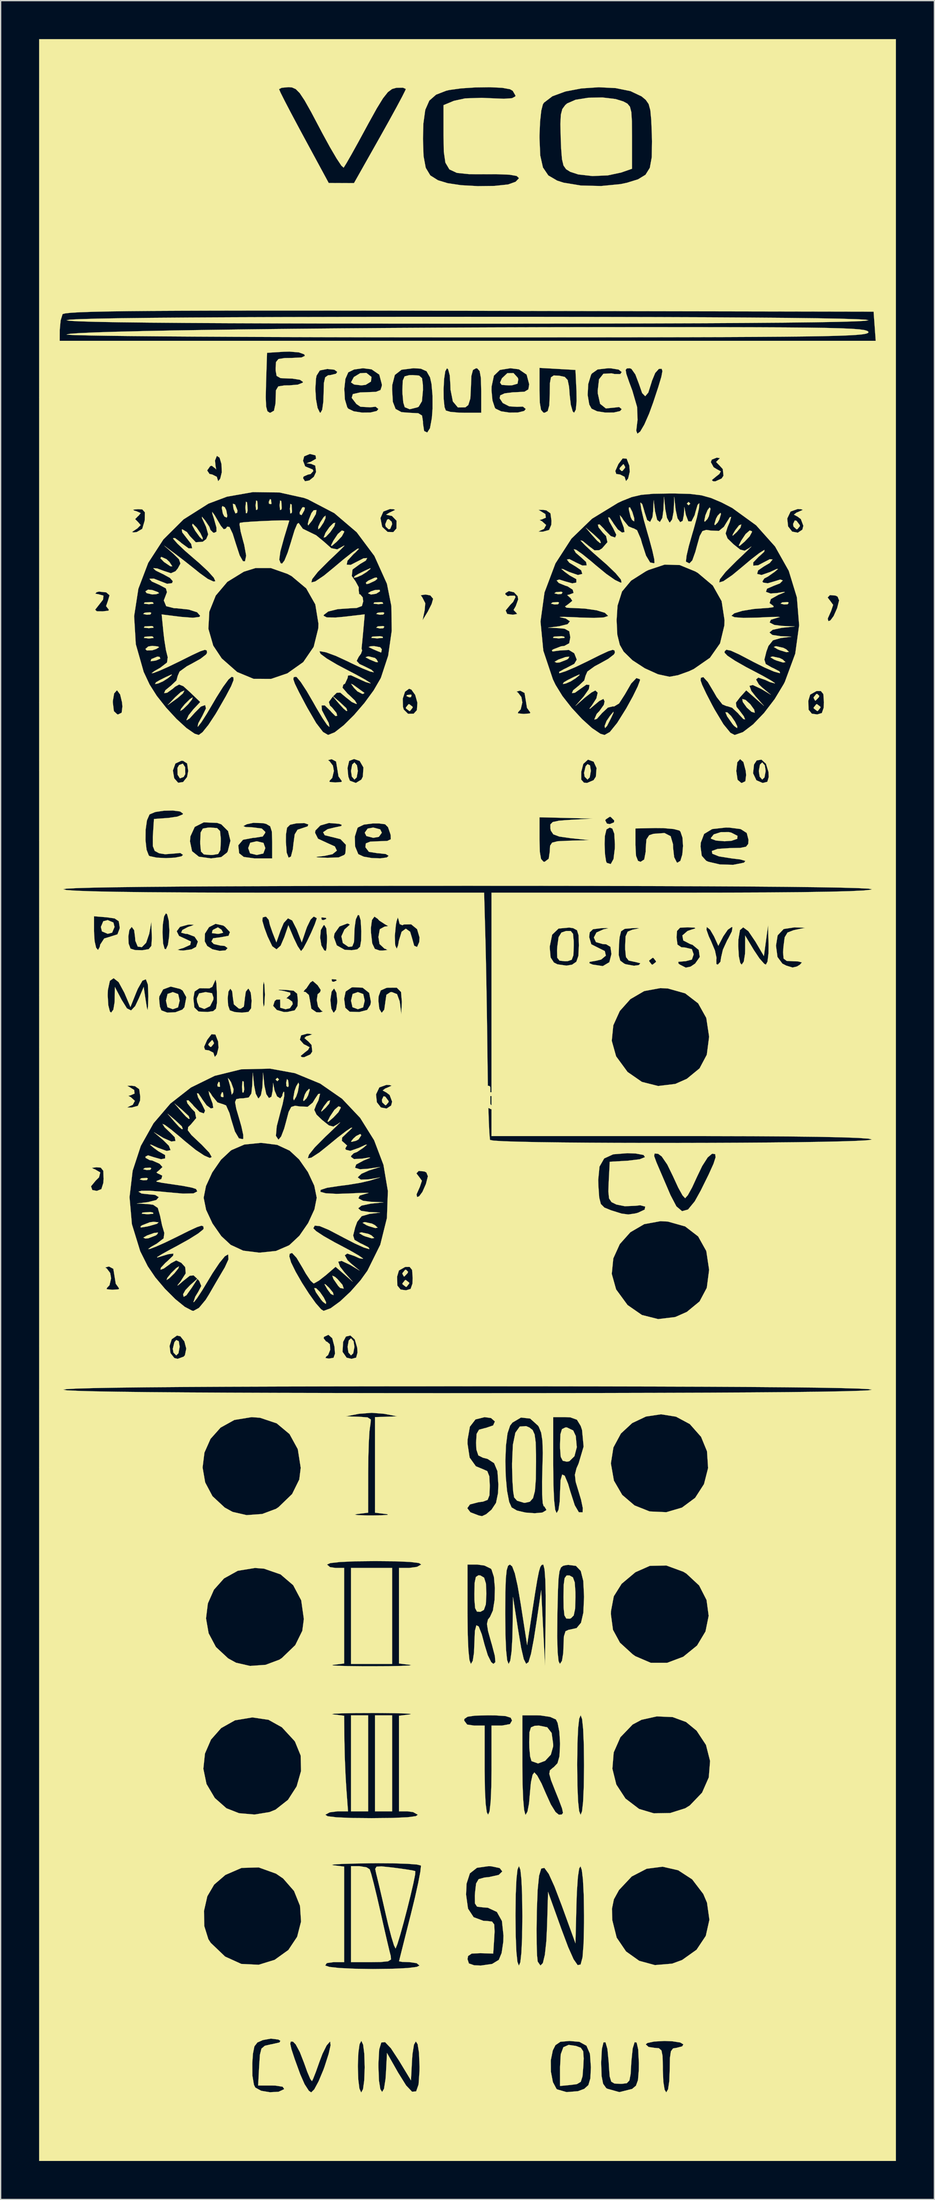
<source format=kicad_pcb>
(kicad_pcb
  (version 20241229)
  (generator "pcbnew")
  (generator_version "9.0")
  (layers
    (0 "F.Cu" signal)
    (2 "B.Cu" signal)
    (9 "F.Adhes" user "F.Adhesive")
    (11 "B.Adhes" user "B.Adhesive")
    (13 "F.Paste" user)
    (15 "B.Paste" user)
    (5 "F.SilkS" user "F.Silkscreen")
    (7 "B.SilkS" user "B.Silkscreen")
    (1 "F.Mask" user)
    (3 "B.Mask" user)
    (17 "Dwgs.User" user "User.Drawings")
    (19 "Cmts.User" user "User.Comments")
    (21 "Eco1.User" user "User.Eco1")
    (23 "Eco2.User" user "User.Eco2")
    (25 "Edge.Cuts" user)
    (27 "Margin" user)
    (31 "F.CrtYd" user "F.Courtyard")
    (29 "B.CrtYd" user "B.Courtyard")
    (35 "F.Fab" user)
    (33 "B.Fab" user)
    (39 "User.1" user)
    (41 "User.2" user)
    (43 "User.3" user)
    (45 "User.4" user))
  (footprint "test"
    (layer "F.Cu")
    (at 33.426 82.622)
    (property "Reference" "test" (at 0 0 0) (layer "F.SilkS") (effects (font (size 1.524 1.524) (thickness 0.3))))
    (attr through_hole)
    (fp_poly (pts (xy -14.705 -1.471) (xy -14.839 -1.337) (xy -14.973 -1.471) (xy -14.839 -1.604) (xy -14.705 -1.471)) (stroke (width 0.01) (type solid)) (fill yes) (layer "F.SilkS"))
    (fp_poly (pts (xy -7.754 55.613) (xy -9.091 55.613) (xy -9.091 48.126) (xy -7.754 48.126) (xy -7.754 55.613)) (stroke (width 0.01) (type solid)) (fill yes) (layer "F.SilkS"))
    (fp_poly (pts (xy -5.882 44.116) (xy -9.091 44.116) (xy -9.091 36.629) (xy -5.882 36.629) (xy -5.882 44.116)) (stroke (width 0.01) (type solid)) (fill yes) (layer "F.SilkS"))
    (fp_poly (pts (xy -5.882 55.613) (xy -7.219 55.613) (xy -7.219 48.126) (xy -5.882 48.126) (xy -5.882 55.613)) (stroke (width 0.01) (type solid)) (fill yes) (layer "F.SilkS"))
    (fp_poly (pts (xy 17.379 -46.388) (xy 17.245 -46.255) (xy 17.112 -46.388) (xy 17.245 -46.522) (xy 17.379 -46.388)) (stroke (width 0.01) (type solid)) (fill yes) (layer "F.SilkS"))
    (fp_poly (pts (xy -24.938 6.255) (xy -25.017 6.377) (xy -25.289 6.396) (xy -25.574 6.33) (xy -25.45 6.234) (xy -25.032 6.202) (xy -24.938 6.255)) (stroke (width 0.01) (type solid)) (fill yes) (layer "F.SilkS"))
    (fp_poly (pts (xy -24.67 -37.86) (xy -24.75 -37.739) (xy -25.021 -37.72) (xy -25.307 -37.785) (xy -25.183 -37.882) (xy -24.765 -37.913) (xy -24.67 -37.86)) (stroke (width 0.01) (type solid)) (fill yes) (layer "F.SilkS"))
    (fp_poly (pts (xy -24.67 5.453) (xy -24.75 5.575) (xy -25.021 5.594) (xy -25.307 5.528) (xy -25.183 5.432) (xy -24.765 5.4) (xy -24.67 5.453)) (stroke (width 0.01) (type solid)) (fill yes) (layer "F.SilkS"))
    (fp_poly (pts (xy -24.531 -38.678) (xy -24.497 -38.581) (xy -24.865 -38.543) (xy -25.245 -38.585) (xy -25.199 -38.678) (xy -24.652 -38.713) (xy -24.531 -38.678)) (stroke (width 0.01) (type solid)) (fill yes) (layer "F.SilkS"))
    (fp_poly (pts (xy -24.531 -36.807) (xy -24.497 -36.709) (xy -24.865 -36.672) (xy -25.245 -36.714) (xy -25.199 -36.807) (xy -24.652 -36.842) (xy -24.531 -36.807)) (stroke (width 0.01) (type solid)) (fill yes) (layer "F.SilkS"))
    (fp_poly (pts (xy -24.531 -36.004) (xy -24.497 -35.907) (xy -24.865 -35.87) (xy -25.245 -35.912) (xy -25.199 -36.004) (xy -24.652 -36.04) (xy -24.531 -36.004)) (stroke (width 0.01) (type solid)) (fill yes) (layer "F.SilkS"))
    (fp_poly (pts (xy -19.34 -1.248) (xy -19.308 -0.93) (xy -19.34 -0.891) (xy -19.499 -0.928) (xy -19.518 -1.069) (xy -19.42 -1.29) (xy -19.34 -1.248)) (stroke (width 0.01) (type solid)) (fill yes) (layer "F.SilkS"))
    (fp_poly (pts (xy -19.072 -0.446) (xy -19.04 -0.128) (xy -19.072 -0.089) (xy -19.231 -0.126) (xy -19.251 -0.267) (xy -19.153 -0.487) (xy -19.072 -0.446)) (stroke (width 0.01) (type solid)) (fill yes) (layer "F.SilkS"))
    (fp_poly (pts (xy -16.4 -46.589) (xy -16.364 -46.042) (xy -16.4 -45.921) (xy -16.497 -45.887) (xy -16.535 -46.255) (xy -16.493 -46.634) (xy -16.4 -46.589)) (stroke (width 0.01) (type solid)) (fill yes) (layer "F.SilkS"))
    (fp_poly (pts (xy -15.329 -46.7) (xy -15.297 -46.383) (xy -15.329 -46.344) (xy -15.488 -46.381) (xy -15.507 -46.522) (xy -15.41 -46.742) (xy -15.329 -46.7)) (stroke (width 0.01) (type solid)) (fill yes) (layer "F.SilkS"))
    (fp_poly (pts (xy -14.528 -46.589) (xy -14.493 -46.042) (xy -14.528 -45.921) (xy -14.626 -45.887) (xy -14.663 -46.255) (xy -14.621 -46.634) (xy -14.528 -46.589)) (stroke (width 0.01) (type solid)) (fill yes) (layer "F.SilkS"))
    (fp_poly (pts (xy -13.988 -1.387) (xy -13.956 -0.969) (xy -14.009 -0.875) (xy -14.131 -0.954) (xy -14.149 -1.225) (xy -14.084 -1.511) (xy -13.988 -1.387)) (stroke (width 0.01) (type solid)) (fill yes) (layer "F.SilkS"))
    (fp_poly (pts (xy -13.726 -46.322) (xy -13.691 -45.774) (xy -13.726 -45.653) (xy -13.824 -45.62) (xy -13.861 -45.987) (xy -13.819 -46.367) (xy -13.726 -46.322)) (stroke (width 0.01) (type solid)) (fill yes) (layer "F.SilkS"))
    (fp_poly (pts (xy -6.617 -38.678) (xy -6.584 -38.581) (xy -6.952 -38.543) (xy -7.331 -38.585) (xy -7.286 -38.678) (xy -6.738 -38.713) (xy -6.617 -38.678)) (stroke (width 0.01) (type solid)) (fill yes) (layer "F.SilkS"))
    (fp_poly (pts (xy -6.489 -37.86) (xy -6.569 -37.739) (xy -6.84 -37.72) (xy -7.125 -37.785) (xy -7.002 -37.882) (xy -6.584 -37.913) (xy -6.489 -37.86)) (stroke (width 0.01) (type solid)) (fill yes) (layer "F.SilkS"))
    (fp_poly (pts (xy -6.489 -36.791) (xy -6.569 -36.669) (xy -6.84 -36.651) (xy -7.125 -36.716) (xy -7.002 -36.812) (xy -6.584 -36.844) (xy -6.489 -36.791)) (stroke (width 0.01) (type solid)) (fill yes) (layer "F.SilkS"))
    (fp_poly (pts (xy -4.367 -31.46) (xy -4.404 -31.301) (xy -4.545 -31.282) (xy -4.765 -31.38) (xy -4.724 -31.46) (xy -4.406 -31.492) (xy -4.367 -31.46)) (stroke (width 0.01) (type solid)) (fill yes) (layer "F.SilkS"))
    (fp_poly (pts (xy 7.147 -38.663) (xy 7.067 -38.541) (xy 6.796 -38.522) (xy 6.51 -38.587) (xy 6.634 -38.684) (xy 7.052 -38.716) (xy 7.147 -38.663)) (stroke (width 0.01) (type solid)) (fill yes) (layer "F.SilkS"))
    (fp_poly (pts (xy 7.414 -39.465) (xy 7.334 -39.343) (xy 7.063 -39.324) (xy 6.778 -39.39) (xy 6.901 -39.486) (xy 7.319 -39.518) (xy 7.414 -39.465)) (stroke (width 0.01) (type solid)) (fill yes) (layer "F.SilkS"))
    (fp_poly (pts (xy 25.06 -38.663) (xy 24.98 -38.541) (xy 24.709 -38.522) (xy 24.424 -38.587) (xy 24.548 -38.684) (xy 24.966 -38.716) (xy 25.06 -38.663)) (stroke (width 0.01) (type solid)) (fill yes) (layer "F.SilkS"))
    (fp_poly (pts (xy -24.027 -34.434) (xy -23.965 -34.296) (xy -24.309 -34.151) (xy -24.722 -34.091) (xy -24.672 -34.256) (xy -24.66 -34.268) (xy -24.198 -34.457) (xy -24.027 -34.434)) (stroke (width 0.01) (type solid)) (fill yes) (layer "F.SilkS"))
    (fp_poly (pts (xy -23.488 -42.058) (xy -23.261 -41.843) (xy -23.033 -41.5) (xy -23.188 -41.504) (xy -23.678 -41.835) (xy -23.962 -42.127) (xy -23.895 -42.236) (xy -23.488 -42.058)) (stroke (width 0.01) (type solid)) (fill yes) (layer "F.SilkS"))
    (fp_poly (pts (xy -22.793 1.712) (xy -22.288 2.187) (xy -22.215 2.393) (xy -22.284 2.406) (xy -22.502 2.226) (xy -22.885 1.805) (xy -23.395 1.203) (xy -22.793 1.712)) (stroke (width 0.01) (type solid)) (fill yes) (layer "F.SilkS"))
    (fp_poly (pts (xy -22.258 0.91) (xy -21.753 1.384) (xy -21.68 1.591) (xy -21.749 1.604) (xy -21.967 1.424) (xy -22.351 1.003) (xy -22.86 0.401) (xy -22.258 0.91)) (stroke (width 0.01) (type solid)) (fill yes) (layer "F.SilkS"))
    (fp_poly (pts (xy -21.513 14.772) (xy -21.93 15.357) (xy -22.145 15.482) (xy -22.192 15.281) (xy -22.011 14.957) (xy -21.615 14.546) (xy -21.039 14.037) (xy -21.513 14.772)) (stroke (width 0.01) (type solid)) (fill yes) (layer "F.SilkS"))
    (fp_poly (pts (xy -18.149 -46.329) (xy -18.136 -46.317) (xy -17.948 -45.854) (xy -17.97 -45.683) (xy -18.108 -45.621) (xy -18.253 -45.966) (xy -18.314 -46.379) (xy -18.149 -46.329)) (stroke (width 0.01) (type solid)) (fill yes) (layer "F.SilkS"))
    (fp_poly (pts (xy -12.685 -46.076) (xy -12.732 -45.868) (xy -12.947 -45.491) (xy -13.087 -45.554) (xy -13.101 -45.704) (xy -12.907 -46.067) (xy -12.837 -46.119) (xy -12.685 -46.076)) (stroke (width 0.01) (type solid)) (fill yes) (layer "F.SilkS"))
    (fp_poly (pts (xy -11.078 14.513) (xy -10.807 14.766) (xy -10.489 15.157) (xy -10.453 15.355) (xy -10.665 15.255) (xy -10.935 14.894) (xy -11.164 14.492) (xy -11.078 14.513)) (stroke (width 0.01) (type solid)) (fill yes) (layer "F.SilkS"))
    (fp_poly (pts (xy -10.79 0.407) (xy -11.075 0.742) (xy -11.404 1.042) (xy -11.396 0.944) (xy -11.203 0.614) (xy -10.898 0.219) (xy -10.721 0.152) (xy -10.79 0.407)) (stroke (width 0.01) (type solid)) (fill yes) (layer "F.SilkS"))
    (fp_poly (pts (xy -9.959 -30.906) (xy -9.454 -30.432) (xy -9.381 -30.226) (xy -9.45 -30.213) (xy -9.668 -30.393) (xy -10.052 -30.814) (xy -10.561 -31.416) (xy -9.959 -30.906)) (stroke (width 0.01) (type solid)) (fill yes) (layer "F.SilkS"))
    (fp_poly (pts (xy 9.826 -44.008) (xy 10.331 -43.533) (xy 10.404 -43.327) (xy 10.335 -43.314) (xy 10.117 -43.494) (xy 9.734 -43.915) (xy 9.224 -44.517) (xy 9.826 -44.008)) (stroke (width 0.01) (type solid)) (fill yes) (layer "F.SilkS"))
    (fp_poly (pts (xy 21.294 -44.511) (xy 21.009 -44.176) (xy 20.68 -43.876) (xy 20.688 -43.974) (xy 20.882 -44.304) (xy 21.186 -44.699) (xy 21.363 -44.766) (xy 21.294 -44.511)) (stroke (width 0.01) (type solid)) (fill yes) (layer "F.SilkS"))
    (fp_poly (pts (xy -27.627 -13.714) (xy -27.539 -13.368) (xy -27.728 -12.922) (xy -28.074 -12.834) (xy -28.521 -13.023) (xy -28.608 -13.368) (xy -28.419 -13.815) (xy -28.074 -13.903) (xy -27.627 -13.714)) (stroke (width 0.01) (type solid)) (fill yes) (layer "F.SilkS"))
    (fp_poly (pts (xy -24.598 -39.648) (xy -24.166 -39.493) (xy -24.063 -39.406) (xy -24.288 -39.322) (xy -24.598 -39.303) (xy -25.033 -39.405) (xy -25.133 -39.545) (xy -24.92 -39.683) (xy -24.598 -39.648)) (stroke (width 0.01) (type solid)) (fill yes) (layer "F.SilkS"))
    (fp_poly (pts (xy -24.526 8.915) (xy -24.517 9.003) (xy -24.936 9.039) (xy -24.999 9.038) (xy -25.414 9) (xy -25.374 8.918) (xy -25.328 8.905) (xy -24.746 8.866) (xy -24.526 8.915)) (stroke (width 0.01) (type solid)) (fill yes) (layer "F.SilkS"))
    (fp_poly (pts (xy -24.222 10.619) (xy -24.331 10.695) (xy -24.901 10.916) (xy -25.133 10.939) (xy -25.293 10.863) (xy -24.999 10.695) (xy -24.432 10.494) (xy -24.14 10.469) (xy -24.222 10.619)) (stroke (width 0.01) (type solid)) (fill yes) (layer "F.SilkS"))
    (fp_poly (pts (xy -24.163 -35.25) (xy -24.063 -35.19) (xy -24.284 -35.05) (xy -24.598 -34.948) (xy -25.024 -34.933) (xy -25.133 -35.05) (xy -24.908 -35.247) (xy -24.598 -35.293) (xy -24.163 -35.25)) (stroke (width 0.01) (type solid)) (fill yes) (layer "F.SilkS"))
    (fp_poly (pts (xy -22.574 -8.132) (xy -22.459 -7.62) (xy -22.584 -7.096) (xy -22.994 -6.952) (xy -23.413 -7.108) (xy -23.528 -7.62) (xy -23.403 -8.144) (xy -22.994 -8.288) (xy -22.574 -8.132)) (stroke (width 0.01) (type solid)) (fill yes) (layer "F.SilkS"))
    (fp_poly (pts (xy -22.564 13.268) (xy -22.86 13.636) (xy -23.262 14.031) (xy -23.478 14.171) (xy -23.423 14.004) (xy -23.127 13.636) (xy -22.726 13.24) (xy -22.51 13.101) (xy -22.564 13.268)) (stroke (width 0.01) (type solid)) (fill yes) (layer "F.SilkS"))
    (fp_poly (pts (xy -22.528 18.944) (xy -22.459 19.368) (xy -22.549 19.878) (xy -22.726 20.053) (xy -22.946 19.829) (xy -22.994 19.534) (xy -22.871 19.022) (xy -22.726 18.849) (xy -22.528 18.944)) (stroke (width 0.01) (type solid)) (fill yes) (layer "F.SilkS"))
    (fp_poly (pts (xy -22.092 -31.802) (xy -22.203 -31.586) (xy -22.628 -31.218) (xy -22.686 -31.177) (xy -23.395 -30.67) (xy -22.801 -31.296) (xy -22.364 -31.69) (xy -22.101 -31.809) (xy -22.092 -31.802)) (stroke (width 0.01) (type solid)) (fill yes) (layer "F.SilkS"))
    (fp_poly (pts (xy -22.031 -25.828) (xy -22.02 -25.293) (xy -22.147 -25.07) (xy -22.439 -24.959) (xy -22.619 -25.24) (xy -22.631 -25.774) (xy -22.503 -25.997) (xy -22.212 -26.108) (xy -22.031 -25.828)) (stroke (width 0.01) (type solid)) (fill yes) (layer "F.SilkS"))
    (fp_poly (pts (xy -21.495 -31.115) (xy -21.791 -30.747) (xy -22.192 -30.352) (xy -22.408 -30.213) (xy -22.354 -30.38) (xy -22.058 -30.747) (xy -21.656 -31.143) (xy -21.44 -31.282) (xy -21.495 -31.115)) (stroke (width 0.01) (type solid)) (fill yes) (layer "F.SilkS"))
    (fp_poly (pts (xy -19.788 -4.338) (xy -19.785 -4.278) (xy -19.991 -4.021) (xy -20.068 -4.011) (xy -20.228 -4.174) (xy -20.186 -4.278) (xy -19.946 -4.533) (xy -19.903 -4.545) (xy -19.788 -4.338)) (stroke (width 0.01) (type solid)) (fill yes) (layer "F.SilkS"))
    (fp_poly (pts (xy -19.197 -13.155) (xy -19.065 -12.915) (xy -19.389 -12.836) (xy -19.518 -12.834) (xy -19.943 -12.888) (xy -19.9 -13.089) (xy -19.839 -13.155) (xy -19.475 -13.338) (xy -19.197 -13.155)) (stroke (width 0.01) (type solid)) (fill yes) (layer "F.SilkS"))
    (fp_poly (pts (xy -18.941 -46.108) (xy -18.823 -45.88) (xy -18.739 -45.433) (xy -18.783 -45.296) (xy -18.972 -45.386) (xy -19.09 -45.613) (xy -19.174 -46.06) (xy -19.129 -46.198) (xy -18.941 -46.108)) (stroke (width 0.01) (type solid)) (fill yes) (layer "F.SilkS"))
    (fp_poly (pts (xy -17.474 -1.311) (xy -17.461 -1.265) (xy -17.422 -0.683) (xy -17.471 -0.463) (xy -17.559 -0.454) (xy -17.595 -0.872) (xy -17.594 -0.936) (xy -17.556 -1.35) (xy -17.474 -1.311)) (stroke (width 0.01) (type solid)) (fill yes) (layer "F.SilkS"))
    (fp_poly (pts (xy -17.207 -46.496) (xy -17.194 -46.45) (xy -17.155 -45.868) (xy -17.204 -45.648) (xy -17.291 -45.639) (xy -17.327 -46.058) (xy -17.327 -46.121) (xy -17.288 -46.536) (xy -17.207 -46.496)) (stroke (width 0.01) (type solid)) (fill yes) (layer "F.SilkS"))
    (fp_poly (pts (xy -15.919 -19.927) (xy -15.775 -19.518) (xy -15.931 -19.099) (xy -16.443 -18.983) (xy -16.967 -19.108) (xy -17.112 -19.518) (xy -16.955 -19.937) (xy -16.443 -20.053) (xy -15.919 -19.927)) (stroke (width 0.01) (type solid)) (fill yes) (layer "F.SilkS"))
    (fp_poly (pts (xy -13.139 -1.069) (xy -13.241 -0.497) (xy -13.368 -0.134) (xy -13.545 0.158) (xy -13.598 0) (xy -13.496 -0.572) (xy -13.368 -0.936) (xy -13.192 -1.227) (xy -13.139 -1.069)) (stroke (width 0.01) (type solid)) (fill yes) (layer "F.SilkS"))
    (fp_poly (pts (xy -12.307 -0.668) (xy -12.44 -0.229) (xy -12.566 0) (xy -12.778 0.214) (xy -12.825 0.134) (xy -12.692 -0.306) (xy -12.566 -0.535) (xy -12.354 -0.749) (xy -12.307 -0.668)) (stroke (width 0.01) (type solid)) (fill yes) (layer "F.SilkS"))
    (fp_poly (pts (xy -11.079 -45.256) (xy -11.229 -44.918) (xy -11.506 -44.498) (xy -11.649 -44.383) (xy -11.648 -44.58) (xy -11.497 -44.918) (xy -11.221 -45.338) (xy -11.077 -45.453) (xy -11.079 -45.256)) (stroke (width 0.01) (type solid)) (fill yes) (layer "F.SilkS"))
    (fp_poly (pts (xy -8.89 18.945) (xy -8.823 19.384) (xy -8.915 19.887) (xy -9.091 20.053) (xy -9.292 19.824) (xy -9.358 19.384) (xy -9.266 18.882) (xy -9.091 18.716) (xy -8.89 18.945)) (stroke (width 0.01) (type solid)) (fill yes) (layer "F.SilkS"))
    (fp_poly (pts (xy -8.622 -25.973) (xy -8.556 -25.534) (xy -8.647 -25.031) (xy -8.823 -24.865) (xy -9.024 -25.094) (xy -9.091 -25.534) (xy -8.999 -26.036) (xy -8.823 -26.202) (xy -8.622 -25.973)) (stroke (width 0.01) (type solid)) (fill yes) (layer "F.SilkS"))
    (fp_poly (pts (xy -8.288 2.88) (xy -8.502 3.201) (xy -8.689 3.305) (xy -9.038 3.392) (xy -9.091 3.366) (xy -8.914 3.143) (xy -8.689 2.941) (xy -8.364 2.778) (xy -8.288 2.88)) (stroke (width 0.01) (type solid)) (fill yes) (layer "F.SilkS"))
    (fp_poly (pts (xy -8.136 -8.132) (xy -8.021 -7.62) (xy -8.146 -7.096) (xy -8.556 -6.952) (xy -8.975 -7.108) (xy -9.091 -7.62) (xy -8.965 -8.144) (xy -8.556 -8.288) (xy -8.136 -8.132)) (stroke (width 0.01) (type solid)) (fill yes) (layer "F.SilkS"))
    (fp_poly (pts (xy -7.718 10.577) (xy -7.486 10.695) (xy -7.276 10.895) (xy -7.471 10.921) (xy -7.969 10.771) (xy -8.155 10.695) (xy -8.456 10.512) (xy -8.288 10.45) (xy -7.718 10.577)) (stroke (width 0.01) (type solid)) (fill yes) (layer "F.SilkS"))
    (fp_poly (pts (xy -7.45 9.774) (xy -7.219 9.893) (xy -7.009 10.093) (xy -7.203 10.118) (xy -7.701 9.969) (xy -7.887 9.893) (xy -8.189 9.71) (xy -8.021 9.648) (xy -7.45 9.774)) (stroke (width 0.01) (type solid)) (fill yes) (layer "F.SilkS"))
    (fp_poly (pts (xy -7.22 -34.349) (xy -7.085 -34.223) (xy -6.98 -34.016) (xy -7.134 -34.023) (xy -7.62 -34.223) (xy -7.956 -34.4) (xy -7.805 -34.466) (xy -7.703 -34.472) (xy -7.22 -34.349)) (stroke (width 0.01) (type solid)) (fill yes) (layer "F.SilkS"))
    (fp_poly (pts (xy -7.037 -40.521) (xy -7.219 -40.373) (xy -7.706 -40.146) (xy -7.887 -40.113) (xy -7.935 -40.224) (xy -7.754 -40.373) (xy -7.266 -40.599) (xy -7.085 -40.632) (xy -7.037 -40.521)) (stroke (width 0.01) (type solid)) (fill yes) (layer "F.SilkS"))
    (fp_poly (pts (xy -6.833 -39.546) (xy -7.126 -39.362) (xy -7.529 -39.296) (xy -7.752 -39.391) (xy -7.754 -39.406) (xy -7.533 -39.546) (xy -7.219 -39.648) (xy -6.857 -39.666) (xy -6.833 -39.546)) (stroke (width 0.01) (type solid)) (fill yes) (layer "F.SilkS"))
    (fp_poly (pts (xy -6.815 -20.983) (xy -6.684 -20.721) (xy -6.917 -20.398) (xy -7.353 -20.32) (xy -7.89 -20.459) (xy -8.021 -20.721) (xy -7.789 -21.044) (xy -7.353 -21.122) (xy -6.815 -20.983)) (stroke (width 0.01) (type solid)) (fill yes) (layer "F.SilkS"))
    (fp_poly (pts (xy -6.612 -36.003) (xy -6.603 -35.915) (xy -7.022 -35.879) (xy -7.085 -35.879) (xy -7.5 -35.918) (xy -7.46 -35.999) (xy -7.414 -36.013) (xy -6.832 -36.052) (xy -6.612 -36.003)) (stroke (width 0.01) (type solid)) (fill yes) (layer "F.SilkS"))
    (fp_poly (pts (xy -6.417 -0.134) (xy -6.16 0.208) (xy -6.149 0.283) (xy -6.353 0.528) (xy -6.417 0.535) (xy -6.651 0.317) (xy -6.684 0.118) (xy -6.555 -0.159) (xy -6.417 -0.134)) (stroke (width 0.01) (type solid)) (fill yes) (layer "F.SilkS"))
    (fp_poly (pts (xy -5.912 -44.969) (xy -5.882 -44.784) (xy -6.026 -44.428) (xy -6.149 -44.383) (xy -6.387 -44.6) (xy -6.417 -44.784) (xy -6.272 -45.14) (xy -6.149 -45.185) (xy -5.912 -44.969)) (stroke (width 0.01) (type solid)) (fill yes) (layer "F.SilkS"))
    (fp_poly (pts (xy -4.637 13.532) (xy -4.679 13.636) (xy -4.919 13.891) (xy -4.962 13.903) (xy -5.077 13.696) (xy -5.08 13.636) (xy -4.874 13.379) (xy -4.797 13.368) (xy -4.637 13.532)) (stroke (width 0.01) (type solid)) (fill yes) (layer "F.SilkS"))
    (fp_poly (pts (xy -4.553 14.374) (xy -4.545 14.438) (xy -4.749 14.697) (xy -4.813 14.705) (xy -5.072 14.502) (xy -5.08 14.438) (xy -4.877 14.178) (xy -4.813 14.171) (xy -4.553 14.374)) (stroke (width 0.01) (type solid)) (fill yes) (layer "F.SilkS"))
    (fp_poly (pts (xy -4.286 -30.544) (xy -4.278 -30.48) (xy -4.481 -30.22) (xy -4.545 -30.213) (xy -4.805 -30.416) (xy -4.813 -30.48) (xy -4.609 -30.74) (xy -4.545 -30.747) (xy -4.286 -30.544)) (stroke (width 0.01) (type solid)) (fill yes) (layer "F.SilkS"))
    (fp_poly (pts (xy 7.558 -36.003) (xy 7.567 -35.915) (xy 7.149 -35.879) (xy 7.085 -35.879) (xy 6.671 -35.918) (xy 6.71 -35.999) (xy 6.756 -36.013) (xy 7.339 -36.052) (xy 7.558 -36.003)) (stroke (width 0.01) (type solid)) (fill yes) (layer "F.SilkS"))
    (fp_poly (pts (xy 7.862 -34.299) (xy 7.754 -34.223) (xy 7.183 -34.001) (xy 6.952 -33.979) (xy 6.792 -34.055) (xy 7.085 -34.223) (xy 7.652 -34.424) (xy 7.945 -34.449) (xy 7.862 -34.299)) (stroke (width 0.01) (type solid)) (fill yes) (layer "F.SilkS"))
    (fp_poly (pts (xy 9.556 -25.974) (xy 9.625 -25.549) (xy 9.536 -25.039) (xy 9.358 -24.865) (xy 9.139 -25.088) (xy 9.091 -25.384) (xy 9.213 -25.896) (xy 9.358 -26.068) (xy 9.556 -25.974)) (stroke (width 0.01) (type solid)) (fill yes) (layer "F.SilkS"))
    (fp_poly (pts (xy 11.387 -30.066) (xy 11.208 -29.678) (xy 10.889 -29.053) (xy 10.731 -28.88) (xy 10.695 -29.047) (xy 10.848 -29.44) (xy 11.111 -29.827) (xy 11.387 -30.156) (xy 11.387 -30.066)) (stroke (width 0.01) (type solid)) (fill yes) (layer "F.SilkS"))
    (fp_poly (pts (xy 12.296 -49.256) (xy 12.299 -49.196) (xy 12.093 -48.939) (xy 12.016 -48.928) (xy 11.856 -49.092) (xy 11.898 -49.196) (xy 12.138 -49.451) (xy 12.181 -49.463) (xy 12.296 -49.256)) (stroke (width 0.01) (type solid)) (fill yes) (layer "F.SilkS"))
    (fp_poly (pts (xy 12.856 -45.748) (xy 13.012 -45.232) (xy 13.006 -45.001) (xy 12.839 -45.113) (xy 12.733 -45.329) (xy 12.594 -45.885) (xy 12.583 -46.076) (xy 12.674 -46.104) (xy 12.856 -45.748)) (stroke (width 0.01) (type solid)) (fill yes) (layer "F.SilkS"))
    (fp_poly (pts (xy 18.96 -45.987) (xy 18.834 -45.417) (xy 18.716 -45.185) (xy 18.51 -44.971) (xy 18.471 -45.052) (xy 18.561 -45.484) (xy 18.731 -45.887) (xy 18.892 -46.097) (xy 18.96 -45.987)) (stroke (width 0.01) (type solid)) (fill yes) (layer "F.SilkS"))
    (fp_poly (pts (xy 19.777 -45.586) (xy 19.644 -45.147) (xy 19.518 -44.918) (xy 19.306 -44.704) (xy 19.259 -44.784) (xy 19.392 -45.224) (xy 19.518 -45.453) (xy 19.73 -45.667) (xy 19.777 -45.586)) (stroke (width 0.01) (type solid)) (fill yes) (layer "F.SilkS"))
    (fp_poly (pts (xy 21.689 -31.078) (xy 22.058 -30.747) (xy 22.371 -30.312) (xy 22.411 -30.076) (xy 22.159 -30.149) (xy 21.791 -30.48) (xy 21.477 -30.916) (xy 21.437 -31.152) (xy 21.689 -31.078)) (stroke (width 0.01) (type solid)) (fill yes) (layer "F.SilkS"))
    (fp_poly (pts (xy 23.195 -25.973) (xy 23.261 -25.534) (xy 23.17 -25.031) (xy 22.994 -24.865) (xy 22.793 -25.094) (xy 22.726 -25.534) (xy 22.818 -26.036) (xy 22.994 -26.202) (xy 23.195 -25.973)) (stroke (width 0.01) (type solid)) (fill yes) (layer "F.SilkS"))
    (fp_poly (pts (xy 24.367 -34.341) (xy 24.598 -34.223) (xy 24.808 -34.023) (xy 24.613 -33.997) (xy 24.116 -34.147) (xy 23.929 -34.223) (xy 23.628 -34.406) (xy 23.796 -34.468) (xy 24.367 -34.341)) (stroke (width 0.01) (type solid)) (fill yes) (layer "F.SilkS"))
    (fp_poly (pts (xy 24.634 -35.143) (xy 24.865 -35.025) (xy 25.075 -34.825) (xy 24.881 -34.799) (xy 24.383 -34.949) (xy 24.197 -35.025) (xy 23.896 -35.208) (xy 24.063 -35.27) (xy 24.634 -35.143)) (stroke (width 0.01) (type solid)) (fill yes) (layer "F.SilkS"))
    (fp_poly (pts (xy 25.667 -45.052) (xy 25.925 -44.71) (xy 25.935 -44.635) (xy 25.731 -44.39) (xy 25.667 -44.383) (xy 25.433 -44.601) (xy 25.4 -44.8) (xy 25.53 -45.077) (xy 25.667 -45.052)) (stroke (width 0.01) (type solid)) (fill yes) (layer "F.SilkS"))
    (fp_poly (pts (xy 27.447 -31.386) (xy 27.405 -31.282) (xy 27.165 -31.027) (xy 27.122 -31.015) (xy 27.007 -31.222) (xy 27.004 -31.282) (xy 27.21 -31.539) (xy 27.287 -31.549) (xy 27.447 -31.386)) (stroke (width 0.01) (type solid)) (fill yes) (layer "F.SilkS"))
    (fp_poly (pts (xy 27.531 -30.544) (xy 27.539 -30.48) (xy 27.335 -30.22) (xy 27.272 -30.213) (xy 27.012 -30.416) (xy 27.004 -30.48) (xy 27.208 -30.74) (xy 27.272 -30.747) (xy 27.531 -30.544)) (stroke (width 0.01) (type solid)) (fill yes) (layer "F.SilkS"))
    (fp_poly (pts (xy -24.104 9.668) (xy -24.225 9.783) (xy -24.825 9.957) (xy -24.999 9.997) (xy -25.491 10.078) (xy -25.508 9.986) (xy -25.4 9.905) (xy -24.785 9.666) (xy -24.486 9.629) (xy -24.104 9.668)) (stroke (width 0.01) (type solid)) (fill yes) (layer "F.SilkS"))
    (fp_poly (pts (xy -23.086 -33.009) (xy -23.379 -32.767) (xy -23.762 -32.525) (xy -24.151 -32.356) (xy -24.382 -32.317) (xy -24.308 -32.449) (xy -24.009 -32.624) (xy -23.528 -32.865) (xy -23.084 -33.066) (xy -23.086 -33.009)) (stroke (width 0.01) (type solid)) (fill yes) (layer "F.SilkS"))
    (fp_poly (pts (xy -18.583 -1.465) (xy -18.45 -1.26) (xy -18.255 -0.73) (xy -18.275 -0.458) (xy -18.396 -0.287) (xy -18.427 -0.446) (xy -18.522 -0.958) (xy -18.602 -1.248) (xy -18.696 -1.586) (xy -18.583 -1.465)) (stroke (width 0.01) (type solid)) (fill yes) (layer "F.SilkS"))
    (fp_poly (pts (xy -11.83 -45.583) (xy -12.118 -45.083) (xy -12.152 -45.036) (xy -12.431 -44.688) (xy -12.464 -44.798) (xy -12.387 -45.123) (xy -12.175 -45.658) (xy -11.999 -45.874) (xy -11.783 -45.889) (xy -11.83 -45.583)) (stroke (width 0.01) (type solid)) (fill yes) (layer "F.SilkS"))
    (fp_poly (pts (xy -11.807 14.813) (xy -11.517 15.101) (xy -11.219 15.532) (xy -11.033 15.909) (xy -11.054 16.042) (xy -11.29 15.863) (xy -11.422 15.708) (xy -11.828 15.127) (xy -11.964 14.804) (xy -11.807 14.813)) (stroke (width 0.01) (type solid)) (fill yes) (layer "F.SilkS"))
    (fp_poly (pts (xy -10.343 13.922) (xy -10.145 14.096) (xy -9.759 14.542) (xy -9.66 14.826) (xy -9.669 14.838) (xy -9.929 14.795) (xy -10.08 14.645) (xy -10.462 14.092) (xy -10.552 13.832) (xy -10.343 13.922)) (stroke (width 0.01) (type solid)) (fill yes) (layer "F.SilkS"))
    (fp_poly (pts (xy -9.899 0.679) (xy -9.893 0.745) (xy -10.074 1.082) (xy -10.466 1.496) (xy -10.862 1.834) (xy -10.921 1.799) (xy -10.732 1.419) (xy -10.388 0.901) (xy -10.071 0.623) (xy -9.899 0.679)) (stroke (width 0.01) (type solid)) (fill yes) (layer "F.SilkS"))
    (fp_poly (pts (xy -9.632 -44.239) (xy -9.625 -44.173) (xy -9.806 -43.836) (xy -10.199 -43.422) (xy -10.595 -43.084) (xy -10.654 -43.119) (xy -10.465 -43.499) (xy -10.121 -44.017) (xy -9.804 -44.295) (xy -9.632 -44.239)) (stroke (width 0.01) (type solid)) (fill yes) (layer "F.SilkS"))
    (fp_poly (pts (xy -8.959 -32.286) (xy -8.689 -32.093) (xy -8.239 -31.765) (xy -8.043 -31.625) (xy -8.131 -31.553) (xy -8.211 -31.549) (xy -8.584 -31.739) (xy -8.857 -32.017) (xy -9.085 -32.33) (xy -8.959 -32.286)) (stroke (width 0.01) (type solid)) (fill yes) (layer "F.SilkS"))
    (fp_poly (pts (xy -7.579 -41.297) (xy -7.872 -41.056) (xy -8.254 -40.814) (xy -8.644 -40.645) (xy -8.875 -40.606) (xy -8.801 -40.737) (xy -8.501 -40.913) (xy -8.021 -41.153) (xy -7.577 -41.355) (xy -7.579 -41.297)) (stroke (width 0.01) (type solid)) (fill yes) (layer "F.SilkS"))
    (fp_poly (pts (xy -6.817 -35.188) (xy -6.684 -35.025) (xy -6.735 -34.78) (xy -6.751 -34.777) (xy -7.018 -34.883) (xy -7.353 -35.025) (xy -7.713 -35.201) (xy -7.572 -35.261) (xy -7.286 -35.274) (xy -6.817 -35.188)) (stroke (width 0.01) (type solid)) (fill yes) (layer "F.SilkS"))
    (fp_poly (pts (xy 8.731 -33.009) (xy 8.438 -32.767) (xy 8.055 -32.525) (xy 7.666 -32.356) (xy 7.434 -32.317) (xy 7.509 -32.449) (xy 7.808 -32.624) (xy 8.288 -32.865) (xy 8.732 -33.066) (xy 8.731 -33.009)) (stroke (width 0.01) (type solid)) (fill yes) (layer "F.SilkS"))
    (fp_poly (pts (xy 20.277 -30.105) (xy 20.567 -29.817) (xy 20.865 -29.386) (xy 21.051 -29.008) (xy 21.031 -28.876) (xy 20.794 -29.055) (xy 20.662 -29.21) (xy 20.257 -29.791) (xy 20.12 -30.114) (xy 20.277 -30.105)) (stroke (width 0.01) (type solid)) (fill yes) (layer "F.SilkS"))
    (fp_poly (pts (xy 22.185 -44.239) (xy 22.192 -44.173) (xy 22.01 -43.836) (xy 21.618 -43.422) (xy 21.222 -43.084) (xy 21.163 -43.119) (xy 21.352 -43.499) (xy 21.696 -44.017) (xy 22.013 -44.295) (xy 22.185 -44.239)) (stroke (width 0.01) (type solid)) (fill yes) (layer "F.SilkS"))
    (fp_poly (pts (xy -21.419 -44.802) (xy -21.134 -44.515) (xy -20.841 -44.085) (xy -20.659 -43.709) (xy -20.681 -43.581) (xy -20.889 -43.779) (xy -21.238 -44.259) (xy -21.253 -44.282) (xy -21.484 -44.705) (xy -21.448 -44.818) (xy -21.419 -44.802)) (stroke (width 0.01) (type solid)) (fill yes) (layer "F.SilkS"))
    (fp_poly (pts (xy -19.934 -8.201) (xy -19.817 -7.849) (xy -19.834 -7.69) (xy -20.087 -7.188) (xy -20.533 -6.973) (xy -20.935 -7.121) (xy -21.096 -7.523) (xy -21.122 -7.798) (xy -20.944 -8.186) (xy -20.435 -8.288) (xy -19.934 -8.201)) (stroke (width 0.01) (type solid)) (fill yes) (layer "F.SilkS"))
    (fp_poly (pts (xy -10.387 -44.637) (xy -10.709 -44.164) (xy -10.718 -44.153) (xy -11.066 -43.783) (xy -11.221 -43.739) (xy -11.221 -43.752) (xy -11.079 -44.114) (xy -10.776 -44.55) (xy -10.465 -44.863) (xy -10.319 -44.898) (xy -10.387 -44.637)) (stroke (width 0.01) (type solid)) (fill yes) (layer "F.SilkS"))
    (fp_poly (pts (xy -7.493 -56.27) (xy -7.533 -55.909) (xy -7.947 -55.654) (xy -8.288 -55.613) (xy -8.852 -55.681) (xy -9.09 -55.844) (xy -9.091 -55.847) (xy -8.868 -56.263) (xy -8.376 -56.562) (xy -7.891 -56.587) (xy -7.493 -56.27)) (stroke (width 0.01) (type solid)) (fill yes) (layer "F.SilkS"))
    (fp_poly (pts (xy 3.927 -56.2) (xy 3.96 -56.077) (xy 3.902 -55.744) (xy 3.474 -55.62) (xy 3.219 -55.613) (xy 2.664 -55.649) (xy 2.538 -55.83) (xy 2.682 -56.163) (xy 3.104 -56.564) (xy 3.588 -56.571) (xy 3.927 -56.2)) (stroke (width 0.01) (type solid)) (fill yes) (layer "F.SilkS"))
    (fp_poly (pts (xy 20.587 -20.721) (xy 21.062 -20.477) (xy 21.049 -20.247) (xy 20.595 -20.089) (xy 20.053 -20.053) (xy 19.383 -20.108) (xy 19.01 -20.246) (xy 18.983 -20.302) (xy 19.213 -20.59) (xy 19.756 -20.763) (xy 20.395 -20.767) (xy 20.587 -20.721)) (stroke (width 0.01) (type solid)) (fill yes) (layer "F.SilkS"))
    (fp_poly (pts (xy 1.003 37.215) (xy 1.294 37.387) (xy 1.436 37.844) (xy 1.471 38.635) (xy 1.43 39.47) (xy 1.279 39.902) (xy 1.003 40.054) (xy 0.735 40.033) (xy 0.593 39.762) (xy 0.54 39.126) (xy 0.535 38.635) (xy 0.557 37.774) (xy 0.65 37.334) (xy 0.85 37.202) (xy 1.003 37.215)) (stroke (width 0.01) (type solid)) (fill yes) (layer "F.SilkS"))
    (fp_poly (pts (xy 8.246 25.907) (xy 8.446 26.336) (xy 8.526 27.211) (xy 8.342 27.916) (xy 7.944 28.306) (xy 7.749 28.341) (xy 7.431 28.269) (xy 7.272 27.966) (xy 7.221 27.301) (xy 7.219 27.004) (xy 7.247 26.202) (xy 7.368 25.802) (xy 7.631 25.673) (xy 7.749 25.667) (xy 8.246 25.907)) (stroke (width 0.01) (type solid)) (fill yes) (layer "F.SilkS"))
    (fp_poly (pts (xy 8.451 73.911) (xy 8.839 74.054) (xy 9.024 74.329) (xy 9.064 74.888) (xy 9.037 75.473) (xy 8.972 76.289) (xy 8.836 76.713) (xy 8.538 76.89) (xy 8.088 76.952) (xy 7.219 77.036) (xy 7.219 75.564) (xy 7.273 74.565) (xy 7.476 74.014) (xy 7.886 73.832) (xy 8.451 73.911)) (stroke (width 0.01) (type solid)) (fill yes) (layer "F.SilkS"))
    (fp_poly (pts (xy 8.232 -12.83) (xy 8.286 -12.252) (xy 8.288 -11.916) (xy 8.262 -11.167) (xy 8.131 -10.81) (xy 7.814 -10.701) (xy 7.605 -10.695) (xy 7.179 -10.739) (xy 6.998 -10.971) (xy 6.984 -11.536) (xy 7.003 -11.831) (xy 7.105 -12.573) (xy 7.326 -12.932) (xy 7.687 -13.053) (xy 8.055 -13.053) (xy 8.232 -12.83)) (stroke (width 0.01) (type solid)) (fill yes) (layer "F.SilkS"))
    (fp_poly (pts (xy -19.538 -21.08) (xy -19.31 -20.851) (xy -19.252 -20.282) (xy -19.251 -20.053) (xy -19.282 -19.367) (xy -19.454 -19.062) (xy -19.88 -18.985) (xy -20.053 -18.983) (xy -20.567 -19.025) (xy -20.796 -19.254) (xy -20.853 -19.823) (xy -20.855 -20.053) (xy -20.823 -20.738) (xy -20.651 -21.043) (xy -20.225 -21.12) (xy -20.053 -21.122) (xy -19.538 -21.08)) (stroke (width 0.01) (type solid)) (fill yes) (layer "F.SilkS"))
    (fp_poly (pts (xy 6.218 49.057) (xy 6.563 49.502) (xy 6.682 50.355) (xy 6.684 50.545) (xy 6.501 51.195) (xy 6.055 51.675) (xy 5.503 51.88) (xy 5.003 51.703) (xy 4.991 51.691) (xy 4.886 51.339) (xy 4.822 50.647) (xy 4.813 50.221) (xy 4.833 49.446) (xy 4.949 49.066) (xy 5.244 48.94) (xy 5.586 48.928) (xy 6.218 49.057)) (stroke (width 0.01) (type solid)) (fill yes) (layer "F.SilkS"))
    (fp_poly (pts (xy 8.223 37.363) (xy 8.366 37.755) (xy 8.419 38.514) (xy 8.422 38.902) (xy 8.394 39.824) (xy 8.287 40.334) (xy 8.068 40.556) (xy 7.954 40.589) (xy 7.703 40.573) (xy 7.561 40.331) (xy 7.499 39.755) (xy 7.486 38.902) (xy 7.503 37.95) (xy 7.574 37.425) (xy 7.729 37.219) (xy 7.954 37.215) (xy 8.223 37.363)) (stroke (width 0.01) (type solid)) (fill yes) (layer "F.SilkS"))
    (fp_poly (pts (xy -7.877 59.982) (xy -7.632 60.138) (xy -7.516 60.485) (xy -7.316 61.24) (xy -7.061 62.289) (xy -6.803 63.414) (xy -6.522 64.659) (xy -6.272 65.744) (xy -6.082 66.541) (xy -5.987 66.909) (xy -5.972 67.169) (xy -6.198 67.31) (xy -6.772 67.368) (xy -7.468 67.377) (xy -9.091 67.377) (xy -9.091 59.891) (xy -8.438 59.891) (xy -7.877 59.982)) (stroke (width 0.01) (type solid)) (fill yes) (layer "F.SilkS"))
    (fp_poly (pts (xy -3.78 -56.378) (xy -3.548 -56.172) (xy -3.48 -55.648) (xy -3.476 -55.24) (xy -3.556 -54.376) (xy -3.812 -53.948) (xy -3.899 -53.903) (xy -4.512 -53.75) (xy -4.888 -53.906) (xy -4.902 -53.919) (xy -5.011 -54.275) (xy -5.074 -54.957) (xy -5.08 -55.256) (xy -5.054 -55.978) (xy -4.909 -56.314) (xy -4.542 -56.41) (xy -4.278 -56.415) (xy -3.78 -56.378)) (stroke (width 0.01) (type solid)) (fill yes) (layer "F.SilkS"))
    (fp_poly (pts (xy 4.831 25.677) (xy 5.082 25.875) (xy 5.236 26.217) (xy 5.317 26.817) (xy 5.345 27.789) (xy 5.347 28.329) (xy 5.33 29.7) (xy 5.26 30.623) (xy 5.113 31.182) (xy 4.866 31.462) (xy 4.492 31.548) (xy 4.412 31.549) (xy 3.865 31.385) (xy 3.638 31.127) (xy 3.563 30.673) (xy 3.506 29.842) (xy 3.477 28.791) (xy 3.476 28.472) (xy 3.538 27.029) (xy 3.733 26.081) (xy 4.073 25.602) (xy 4.57 25.566) (xy 4.831 25.677)) (stroke (width 0.01) (type solid)) (fill yes) (layer "F.SilkS"))
    (fp_poly (pts (xy -5.938 59.988) (xy -5.722 60.014) (xy -4.871 60.129) (xy -4.269 60.228) (xy -4.07 60.28) (xy -4.09 60.559) (xy -4.223 61.224) (xy -4.438 62.148) (xy -4.701 63.208) (xy -4.981 64.277) (xy -5.245 65.231) (xy -5.463 65.944) (xy -5.6 66.292) (xy -5.618 66.307) (xy -5.739 66.064) (xy -5.94 65.409) (xy -6.189 64.453) (xy -6.366 63.701) (xy -6.638 62.515) (xy -6.883 61.467) (xy -7.066 60.705) (xy -7.129 60.456) (xy -7.202 60.105) (xy -7.102 59.933) (xy -6.718 59.906) (xy -5.938 59.988)) (stroke (width 0.01) (type solid)) (fill yes) (layer "F.SilkS"))
    (fp_poly (pts (xy 11.549 -77.948) (xy 12.153 -77.761) (xy 12.472 -77.589) (xy 12.672 -77.35) (xy 12.78 -76.93) (xy 12.825 -76.213) (xy 12.834 -75.085) (xy 12.834 -74.98) (xy 12.834 -72.509) (xy 11.992 -72.216) (xy 10.942 -71.991) (xy 9.747 -71.941) (xy 8.646 -72.064) (xy 8.021 -72.267) (xy 7.693 -72.471) (xy 7.488 -72.76) (xy 7.37 -73.257) (xy 7.305 -74.085) (xy 7.273 -74.87) (xy 7.247 -75.996) (xy 7.28 -76.718) (xy 7.396 -77.166) (xy 7.618 -77.469) (xy 7.771 -77.604) (xy 8.428 -77.89) (xy 9.409 -78.048) (xy 10.515 -78.07) (xy 11.549 -77.948)) (stroke (width 0.01) (type solid)) (fill yes) (layer "F.SilkS"))
    (fp_poly (pts (xy 5.432 -60.958) (xy 10.353 -60.951) (xy 14.762 -60.94) (xy 18.656 -60.924) (xy 22.032 -60.903) (xy 24.888 -60.878) (xy 27.222 -60.849) (xy 29.03 -60.816) (xy 30.311 -60.777) (xy 31.062 -60.735) (xy 31.282 -60.693) (xy 31.015 -60.646) (xy 30.216 -60.604) (xy 28.887 -60.566) (xy 27.031 -60.533) (xy 24.65 -60.504) (xy 21.746 -60.48) (xy 18.323 -60.46) (xy 14.382 -60.445) (xy 9.926 -60.434) (xy 4.958 -60.427) (xy 0 -60.425) (xy -5.432 -60.428) (xy -10.353 -60.434) (xy -14.762 -60.446) (xy -18.656 -60.462) (xy -22.032 -60.482) (xy -24.888 -60.507) (xy -27.222 -60.536) (xy -29.03 -60.57) (xy -30.311 -60.608) (xy -31.062 -60.65) (xy -31.282 -60.693) (xy -31.015 -60.739) (xy -30.216 -60.781) (xy -28.887 -60.819) (xy -27.031 -60.852) (xy -24.65 -60.881) (xy -21.746 -60.905) (xy -18.323 -60.925) (xy -14.382 -60.941) (xy -9.926 -60.952) (xy -4.958 -60.958) (xy 0 -60.96) (xy 5.432 -60.958)) (stroke (width 0.01) (type solid)) (fill yes) (layer "F.SilkS"))
    (fp_poly (pts (xy 16.854 -60.157) (xy 19.931 -60.153) (xy 22.546 -60.146) (xy 24.735 -60.134) (xy 26.534 -60.117) (xy 27.98 -60.095) (xy 29.11 -60.065) (xy 29.959 -60.028) (xy 30.564 -59.983) (xy 30.961 -59.928) (xy 31.186 -59.863) (xy 31.276 -59.788) (xy 31.282 -59.757) (xy 31.237 -59.695) (xy 31.082 -59.641) (xy 30.791 -59.592) (xy 30.335 -59.549) (xy 29.688 -59.511) (xy 28.82 -59.479) (xy 27.706 -59.451) (xy 26.316 -59.428) (xy 24.624 -59.408) (xy 22.601 -59.393) (xy 20.221 -59.38) (xy 17.455 -59.371) (xy 14.276 -59.364) (xy 10.657 -59.36) (xy 6.569 -59.357) (xy 1.985 -59.356) (xy 0 -59.356) (xy -4.042 -59.358) (xy -7.932 -59.363) (xy -11.637 -59.372) (xy -15.124 -59.384) (xy -18.36 -59.399) (xy -21.311 -59.416) (xy -23.946 -59.436) (xy -26.229 -59.458) (xy -28.129 -59.482) (xy -29.613 -59.508) (xy -30.646 -59.535) (xy -31.197 -59.563) (xy -31.282 -59.579) (xy -31.02 -59.635) (xy -30.257 -59.691) (xy -29.025 -59.745) (xy -27.357 -59.798) (xy -25.287 -59.848) (xy -22.847 -59.897) (xy -20.071 -59.942) (xy -16.992 -59.985) (xy -13.643 -60.024) (xy -10.056 -60.059) (xy -6.266 -60.089) (xy -2.304 -60.114) (xy 1.795 -60.134) (xy 6 -60.148) (xy 10.276 -60.156) (xy 13.279 -60.158) (xy 16.854 -60.157)) (stroke (width 0.01) (type solid)) (fill yes) (layer "F.SilkS"))
    (fp_poly (pts (xy 33.421 82.884) (xy -33.421 82.884) (xy -33.421 75.241) (xy -16.791 75.241) (xy -16.784 76.228) (xy -16.663 76.944) (xy -16.558 77.158) (xy -16.101 77.411) (xy -15.416 77.525) (xy -14.743 77.489) (xy -14.319 77.291) (xy -14.304 77.269) (xy -14.425 77.095) (xy -14.992 77.007) (xy -15.238 77.002) (xy -16.336 77.002) (xy -16.256 75.465) (xy -16.197 74.598) (xy -16.079 74.124) (xy -15.818 73.901) (xy -15.327 73.787) (xy -15.24 73.773) (xy -15.08 73.736) (xy -13.834 73.736) (xy -13.738 74.167) (xy -13.483 74.938) (xy -13.05 76.127) (xy -13.048 76.133) (xy -12.709 76.902) (xy -12.379 77.411) (xy -12.195 77.537) (xy -11.958 77.302) (xy -11.622 76.679) (xy -11.249 75.787) (xy -11.156 75.532) (xy -8.556 75.532) (xy -8.523 76.542) (xy -8.433 77.246) (xy -8.301 77.535) (xy -8.288 77.537) (xy -8.154 77.288) (xy -8.06 76.614) (xy -8.021 75.626) (xy -8.021 75.532) (xy -6.952 75.532) (xy -6.909 76.619) (xy -6.802 77.285) (xy -6.661 77.504) (xy -6.517 77.253) (xy -6.399 76.507) (xy -6.363 75.999) (xy -6.283 74.462) (xy -5.412 75.999) (xy -4.789 76.996) (xy -4.327 77.484) (xy -4.009 77.46) (xy -3.82 76.919) (xy -3.746 75.857) (xy -3.743 75.532) (xy -3.763 75.036) (xy 6.497 75.036) (xy 6.507 75.928) (xy 6.662 76.736) (xy 6.939 77.257) (xy 6.998 77.304) (xy 7.733 77.515) (xy 8.618 77.443) (xy 9.108 77.26) (xy 9.428 76.969) (xy 9.585 76.44) (xy 9.625 75.576) (xy 9.603 75.251) (xy 10.427 75.251) (xy 10.46 76.26) (xy 10.579 76.865) (xy 10.814 77.194) (xy 10.895 77.248) (xy 11.851 77.516) (xy 12.836 77.268) (xy 12.851 77.26) (xy 13.141 77.014) (xy 13.299 76.578) (xy 13.362 75.815) (xy 13.368 75.255) (xy 13.318 74.196) (xy 13.228 73.794) (xy 13.903 73.794) (xy 14.132 73.995) (xy 14.572 74.061) (xy 14.931 74.092) (xy 15.131 74.263) (xy 15.218 74.698) (xy 15.24 75.515) (xy 15.24 75.799) (xy 15.278 76.707) (xy 15.378 77.329) (xy 15.507 77.537) (xy 15.647 77.291) (xy 15.743 76.641) (xy 15.775 75.799) (xy 15.791 74.858) (xy 15.866 74.334) (xy 16.034 74.108) (xy 16.309 74.061) (xy 16.744 73.949) (xy 16.844 73.794) (xy 16.602 73.647) (xy 15.979 73.55) (xy 15.374 73.526) (xy 14.568 73.57) (xy 14.034 73.684) (xy 13.903 73.794) (xy 13.228 73.794) (xy 13.195 73.649) (xy 13.038 73.618) (xy 12.888 74.105) (xy 12.784 75.116) (xy 12.78 75.197) (xy 12.726 76.108) (xy 12.63 76.608) (xy 12.429 76.82) (xy 12.056 76.868) (xy 11.898 76.868) (xy 11.46 76.846) (xy 11.213 76.697) (xy 11.092 76.299) (xy 11.032 75.527) (xy 11.016 75.197) (xy 10.916 74.153) (xy 10.767 73.633) (xy 10.609 73.632) (xy 10.483 74.148) (xy 10.428 75.177) (xy 10.427 75.251) (xy 9.603 75.251) (xy 9.552 74.522) (xy 9.279 73.894) (xy 8.73 73.594) (xy 7.961 73.526) (xy 7.248 73.589) (xy 6.86 73.853) (xy 6.655 74.262) (xy 6.497 75.036) (xy -3.763 75.036) (xy -3.786 74.444) (xy -3.892 73.779) (xy -4.033 73.559) (xy -4.178 73.81) (xy -4.295 74.556) (xy -4.331 75.064) (xy -4.412 76.601) (xy -5.343 75.064) (xy -5.98 74.091) (xy -6.433 73.616) (xy -6.728 73.646) (xy -6.891 74.188) (xy -6.95 75.251) (xy -6.952 75.532) (xy -8.021 75.532) (xy -8.054 74.521) (xy -8.144 73.817) (xy -8.276 73.528) (xy -8.288 73.526) (xy -8.423 73.775) (xy -8.517 74.449) (xy -8.556 75.438) (xy -8.556 75.532) (xy -11.156 75.532) (xy -11.149 75.51) (xy -10.834 74.531) (xy -10.683 73.862) (xy -10.712 73.587) (xy -10.745 73.588) (xy -10.995 73.88) (xy -11.315 74.526) (xy -11.542 75.122) (xy -11.825 75.921) (xy -12.047 76.486) (xy -12.136 76.661) (xy -12.268 76.488) (xy -12.505 75.932) (xy -12.756 75.231) (xy -13.082 74.395) (xy -13.406 73.791) (xy -13.614 73.578) (xy -13.786 73.566) (xy -13.834 73.736) (xy -15.08 73.736) (xy -14.674 73.645) (xy -14.595 73.512) (xy -14.763 73.413) (xy -15.345 73.343) (xy -15.966 73.455) (xy -16.392 73.643) (xy -16.627 73.947) (xy -16.741 74.517) (xy -16.791 75.241) (xy -33.421 75.241) (xy -33.421 67.635) (xy -11.101 67.635) (xy -11.096 67.644) (xy -10.77 67.751) (xy -9.992 67.835) (xy -8.844 67.891) (xy -7.408 67.912) (xy -7.337 67.912) (xy -5.817 67.892) (xy -4.676 67.837) (xy -3.968 67.75) (xy -3.743 67.644) (xy -3.975 67.456) (xy -4.535 67.377) (xy -4.545 67.377) (xy -5.107 67.357) (xy -5.341 67.311) (xy -5.341 67.31) (xy -5.277 67.041) (xy -5.104 66.35) (xy -4.848 65.331) (xy -4.532 64.08) (xy -4.422 63.648) (xy -4.1 62.33) (xy -4.05 62.107) (xy -0.113 62.107) (xy 0.039 63.204) (xy 0.478 63.872) (xy 1.238 64.153) (xy 1.536 64.168) (xy 1.915 64.214) (xy 2.086 64.442) (xy 2.111 64.992) (xy 2.087 65.438) (xy 2.005 66.708) (xy 1.003 66.678) (xy 0.328 66.709) (xy 0.042 66.901) (xy 0 67.146) (xy 0.108 67.479) (xy 0.52 67.622) (xy 1.037 67.644) (xy 1.922 67.516) (xy 2.44 67.202) (xy 2.662 66.661) (xy 2.79 65.789) (xy 2.807 65.309) (xy 2.685 64.169) (xy 2.461 63.767) (xy 3.743 63.767) (xy 3.761 65.366) (xy 3.812 66.576) (xy 3.894 67.351) (xy 4.003 67.643) (xy 4.011 67.644) (xy 4.121 67.385) (xy 4.204 66.639) (xy 4.258 65.455) (xy 4.266 64.82) (xy 5.389 64.82) (xy 5.396 65.98) (xy 5.425 66.85) (xy 5.474 67.316) (xy 5.481 67.341) (xy 5.69 67.643) (xy 5.878 67.45) (xy 6.035 66.799) (xy 6.15 65.73) (xy 6.206 64.567) (xy 6.283 61.896) (xy 7.315 64.77) (xy 7.854 66.207) (xy 8.277 67.156) (xy 8.595 67.611) (xy 8.823 67.564) (xy 8.972 67.007) (xy 9.056 65.934) (xy 9.089 64.337) (xy 9.091 63.767) (xy 9.083 63.213) (xy 11.269 63.213) (xy 11.294 64.097) (xy 11.638 65.466) (xy 12.368 66.542) (xy 13.394 67.273) (xy 14.623 67.608) (xy 15.966 67.494) (xy 16.742 67.21) (xy 17.868 66.41) (xy 18.589 65.329) (xy 18.872 64.07) (xy 18.684 62.737) (xy 18.394 62.058) (xy 17.526 60.919) (xy 16.434 60.209) (xy 15.217 59.932) (xy 13.976 60.093) (xy 12.811 60.697) (xy 11.823 61.747) (xy 11.813 61.762) (xy 11.419 62.478) (xy 11.269 63.213) (xy 9.083 63.213) (xy 9.068 62.151) (xy 9.007 60.956) (xy 8.919 60.199) (xy 8.817 59.899) (xy 8.71 60.071) (xy 8.612 60.732) (xy 8.532 61.899) (xy 8.498 62.898) (xy 8.422 65.906) (xy 7.353 62.965) (xy 6.784 61.475) (xy 6.338 60.494) (xy 5.998 60.026) (xy 5.75 60.076) (xy 5.58 60.648) (xy 5.471 61.745) (xy 5.408 63.372) (xy 5.406 63.486) (xy 5.389 64.82) (xy 4.266 64.82) (xy 4.278 63.88) (xy 4.278 63.767) (xy 4.26 62.169) (xy 4.209 60.958) (xy 4.127 60.183) (xy 4.018 59.892) (xy 4.011 59.891) (xy 3.9 60.15) (xy 3.817 60.895) (xy 3.763 62.079) (xy 3.743 63.654) (xy 3.743 63.767) (xy 2.461 63.767) (xy 2.291 63.461) (xy 1.59 63.135) (xy 1.137 63.099) (xy 0.743 63.048) (xy 0.578 62.796) (xy 0.57 62.199) (xy 0.586 61.963) (xy 0.667 61.247) (xy 0.867 60.905) (xy 1.329 60.776) (xy 1.671 60.743) (xy 2.436 60.573) (xy 2.714 60.301) (xy 2.51 60.039) (xy 1.828 59.895) (xy 1.637 59.891) (xy 0.737 60.019) (xy 0.185 60.451) (xy -0.075 61.258) (xy -0.113 62.107) (xy -4.05 62.107) (xy -3.847 61.196) (xy -3.685 60.349) (xy -3.632 59.887) (xy -3.642 59.838) (xy -3.943 59.764) (xy -4.679 59.707) (xy -5.751 59.672) (xy -7.059 59.662) (xy -7.569 59.666) (xy -8.838 59.688) (xy -9.81 59.719) (xy -10.415 59.757) (xy -10.588 59.797) (xy -10.494 59.817) (xy -9.625 59.924) (xy -9.625 67.377) (xy -10.443 67.377) (xy -10.978 67.449) (xy -11.101 67.635) (xy -33.421 67.635) (xy -33.421 63.383) (xy -20.561 63.383) (xy -20.537 64.567) (xy -20.219 65.588) (xy -20.036 65.87) (xy -18.911 66.943) (xy -17.647 67.517) (xy -16.292 67.581) (xy -15.048 67.198) (xy -13.98 66.431) (xy -13.293 65.399) (xy -12.988 64.213) (xy -13.069 62.985) (xy -13.536 61.826) (xy -14.39 60.848) (xy -14.942 60.474) (xy -16.29 59.99) (xy -17.626 60.027) (xy -18.89 60.574) (xy -19.768 61.33) (xy -20.3 62.237) (xy -20.561 63.383) (xy -33.421 63.383) (xy -33.421 55.88) (xy -11.096 55.88) (xy -10.914 55.997) (xy -10.217 56.081) (xy -9.026 56.132) (xy -7.486 56.147) (xy -5.85 56.129) (xy -4.692 56.076) (xy -4.03 55.99) (xy -3.877 55.88) (xy -4.245 55.673) (xy -4.695 55.613) (xy -5.347 55.613) (xy -5.347 48.527) (xy -0.267 48.527) (xy -0.028 48.846) (xy 0.535 48.928) (xy 1.337 48.928) (xy 1.337 52.404) (xy 1.357 53.891) (xy 1.413 55.002) (xy 1.503 55.682) (xy 1.604 55.88) (xy 1.719 55.622) (xy 1.804 54.885) (xy 1.856 53.724) (xy 1.872 52.404) (xy 1.872 48.928) (xy 2.674 48.928) (xy 3.31 48.809) (xy 3.476 48.527) (xy 3.366 48.309) (xy 2.97 48.185) (xy 2.19 48.132) (xy 1.604 48.126) (xy 4.278 48.126) (xy 4.278 52.003) (xy 4.295 53.49) (xy 4.342 54.677) (xy 4.414 55.493) (xy 4.508 55.865) (xy 4.533 55.88) (xy 4.676 55.637) (xy 4.798 55.002) (xy 4.867 54.209) (xy 4.947 53.351) (xy 5.077 52.762) (xy 5.214 52.577) (xy 5.441 52.828) (xy 5.776 53.445) (xy 6.125 54.248) (xy 6.504 55.082) (xy 6.869 55.67) (xy 7.127 55.88) (xy 7.361 55.86) (xy 7.449 55.732) (xy 7.377 55.39) (xy 7.13 54.728) (xy 6.854 54.045) (xy 6.518 53.191) (xy 6.38 52.693) (xy 6.429 52.414) (xy 6.657 52.217) (xy 6.72 52.177) (xy 6.887 52.003) (xy 8.556 52.003) (xy 8.574 53.602) (xy 8.625 54.812) (xy 8.707 55.587) (xy 8.815 55.879) (xy 8.823 55.88) (xy 8.933 55.621) (xy 9.017 54.875) (xy 9.07 53.691) (xy 9.088 52.289) (xy 11.302 52.289) (xy 11.61 53.524) (xy 12.322 54.615) (xy 13.387 55.427) (xy 14.535 55.768) (xy 15.81 55.747) (xy 16.982 55.377) (xy 17.343 55.155) (xy 18.298 54.16) (xy 18.824 52.966) (xy 18.924 51.687) (xy 18.605 50.435) (xy 17.872 49.322) (xy 17.047 48.644) (xy 16.003 48.262) (xy 14.77 48.209) (xy 13.575 48.474) (xy 12.881 48.843) (xy 11.928 49.835) (xy 11.405 51.022) (xy 11.302 52.289) (xy 9.088 52.289) (xy 9.09 52.116) (xy 9.091 52.003) (xy 9.073 50.405) (xy 9.021 49.194) (xy 8.94 48.419) (xy 8.831 48.127) (xy 8.823 48.126) (xy 8.713 48.385) (xy 8.629 49.131) (xy 8.576 50.315) (xy 8.556 51.89) (xy 8.556 52.003) (xy 6.887 52.003) (xy 7.02 51.865) (xy 7.173 51.318) (xy 7.219 50.391) (xy 7.219 50.316) (xy 7.166 49.418) (xy 7.031 48.72) (xy 6.898 48.447) (xy 6.445 48.247) (xy 5.701 48.135) (xy 5.428 48.126) (xy 4.278 48.126) (xy 1.604 48.126) (xy 0.587 48.15) (xy 0.005 48.235) (xy -0.24 48.402) (xy -0.267 48.527) (xy -5.347 48.527) (xy -5.347 48.16) (xy -4.478 48.052) (xy -4.418 48.015) (xy -4.825 47.983) (xy -5.631 47.96) (xy -6.768 47.946) (xy -7.486 47.945) (xy -8.772 47.951) (xy -9.763 47.97) (xy -10.391 47.997) (xy -10.589 48.032) (xy -10.494 48.052) (xy -9.625 48.16) (xy -9.606 50.082) (xy -9.575 51.407) (xy -9.514 52.849) (xy -9.456 53.808) (xy -9.324 55.613) (xy -10.127 55.613) (xy -10.751 55.693) (xy -11.096 55.88) (xy -33.421 55.88) (xy -33.421 52.293) (xy -20.611 52.293) (xy -20.364 53.481) (xy -19.717 54.574) (xy -18.812 55.373) (xy -17.822 55.761) (xy -16.619 55.863) (xy -15.445 55.672) (xy -14.98 55.483) (xy -14.008 54.719) (xy -13.332 53.668) (xy -12.989 52.468) (xy -13.018 51.261) (xy -13.457 50.187) (xy -13.519 50.101) (xy -14.486 49.055) (xy -15.528 48.474) (xy -16.767 48.291) (xy -16.797 48.291) (xy -18.142 48.515) (xy -19.223 49.122) (xy -20.013 50.018) (xy -20.485 51.107) (xy -20.611 52.293) (xy -33.421 52.293) (xy -33.421 40.56) (xy -20.402 40.56) (xy -20.199 41.725) (xy -19.629 42.798) (xy -18.674 43.684) (xy -18.061 44.021) (xy -16.965 44.273) (xy -15.752 44.185) (xy -14.677 43.784) (xy -14.478 43.651) (xy -13.441 42.651) (xy -12.89 41.532) (xy -12.769 40.611) (xy -12.975 39.156) (xy -13.601 37.975) (xy -14.588 37.131) (xy -15.877 36.686) (xy -16.577 36.631) (xy -17.925 36.851) (xy -19 37.448) (xy -19.784 38.327) (xy -20.258 39.396) (xy -20.402 40.56) (xy -33.421 40.56) (xy -33.421 36.362) (xy -10.962 36.362) (xy -10.733 36.563) (xy -10.294 36.629) (xy -9.625 36.629) (xy -9.625 44.082) (xy -10.494 44.19) (xy -10.554 44.227) (xy -10.148 44.259) (xy -9.342 44.282) (xy -8.205 44.296) (xy -7.486 44.298) (xy -6.2 44.291) (xy -5.209 44.272) (xy -4.581 44.245) (xy -4.384 44.21) (xy -4.478 44.19) (xy -5.347 44.082) (xy -5.347 36.629) (xy -4.561 36.629) (xy -3.944 36.547) (xy -3.609 36.362) (xy 0 36.362) (xy 0 40.239) (xy 0.018 41.837) (xy 0.069 43.048) (xy 0.151 43.823) (xy 0.26 44.115) (xy 0.267 44.116) (xy 0.409 43.872) (xy 0.506 43.234) (xy 0.535 42.496) (xy 0.575 41.536) (xy 0.69 41.103) (xy 0.873 41.196) (xy 1.115 41.813) (xy 1.334 42.633) (xy 1.581 43.438) (xy 1.848 43.976) (xy 2.023 44.116) (xy 2.172 43.976) (xy 2.135 43.504) (xy 1.905 42.624) (xy 1.861 42.478) (xy 1.603 41.558) (xy 1.516 40.998) (xy 1.595 40.653) (xy 1.752 40.454) (xy 1.85 40.239) (xy 2.941 40.239) (xy 2.959 41.837) (xy 3.01 43.048) (xy 3.092 43.823) (xy 3.201 44.115) (xy 3.208 44.116) (xy 3.335 43.863) (xy 3.435 43.163) (xy 3.499 42.104) (xy 3.513 41.509) (xy 3.55 38.902) (xy 3.956 41.509) (xy 4.186 42.87) (xy 4.388 43.739) (xy 4.574 44.11) (xy 4.759 43.975) (xy 4.955 43.327) (xy 5.177 42.16) (xy 5.393 40.774) (xy 5.748 38.367) (xy 5.896 41.308) (xy 6.044 44.249) (xy 6.074 41.993) (xy 6.997 41.993) (xy 7.03 43.202) (xy 7.107 43.915) (xy 7.212 44.116) (xy 7.369 43.875) (xy 7.468 43.259) (xy 7.486 42.779) (xy 7.519 41.968) (xy 7.646 41.565) (xy 7.912 41.444) (xy 7.968 41.442) (xy 8.51 41.321) (xy 8.855 40.905) (xy 9.009 40.239) (xy 11.185 40.239) (xy 11.35 41.459) (xy 11.894 42.46) (xy 12.886 43.366) (xy 13.098 43.514) (xy 14.295 44.027) (xy 15.584 44.027) (xy 16.832 43.556) (xy 17.906 42.685) (xy 18.567 41.583) (xy 18.815 40.362) (xy 18.649 39.13) (xy 18.07 37.996) (xy 17.077 37.071) (xy 16.832 36.922) (xy 15.51 36.438) (xy 14.224 36.466) (xy 13.098 36.964) (xy 12.024 37.865) (xy 11.412 38.842) (xy 11.189 40.018) (xy 11.185 40.239) (xy 9.009 40.239) (xy 9.037 40.118) (xy 9.091 38.883) (xy 9.091 38.881) (xy 9.033 37.644) (xy 8.835 36.863) (xy 8.457 36.468) (xy 7.861 36.39) (xy 7.702 36.408) (xy 7.459 36.461) (xy 7.289 36.593) (xy 7.175 36.889) (xy 7.103 37.433) (xy 7.058 38.308) (xy 7.025 39.598) (xy 7.011 40.306) (xy 6.997 41.993) (xy 6.074 41.993) (xy 6.097 40.306) (xy 6.101 38.766) (xy 6.07 37.555) (xy 6.008 36.736) (xy 5.917 36.374) (xy 5.894 36.362) (xy 5.778 36.399) (xy 5.675 36.559) (xy 5.569 36.923) (xy 5.441 37.565) (xy 5.275 38.566) (xy 5.052 40.001) (xy 4.996 40.373) (xy 4.65 42.645) (xy 4.162 39.504) (xy 3.912 38.033) (xy 3.691 37.051) (xy 3.486 36.509) (xy 3.307 36.362) (xy 3.16 36.462) (xy 3.056 36.809) (xy 2.989 37.473) (xy 2.953 38.523) (xy 2.941 40.03) (xy 2.941 40.239) (xy 1.85 40.239) (xy 1.979 39.952) (xy 2.109 39.132) (xy 2.136 38.192) (xy 2.059 37.332) (xy 1.873 36.752) (xy 1.818 36.683) (xy 1.325 36.443) (xy 0.749 36.362) (xy 0 36.362) (xy -3.609 36.362) (xy -3.791 36.245) (xy -4.487 36.161) (xy -5.679 36.11) (xy -7.203 36.095) (xy -8.769 36.113) (xy -9.951 36.166) (xy -10.699 36.25) (xy -10.962 36.361) (xy -10.962 36.362) (xy -33.421 36.362) (xy -33.421 28.796) (xy -20.67 28.796) (xy -20.467 29.961) (xy -19.897 31.034) (xy -18.941 31.92) (xy -18.328 32.257) (xy -17.233 32.509) (xy -16.019 32.421) (xy -14.944 32.02) (xy -14.745 31.887) (xy -13.686 30.865) (xy -13.126 29.73) (xy -13.013 28.819) (xy -13.243 27.363) (xy -13.889 26.185) (xy -14.891 25.349) (xy -16.19 24.915) (xy -16.844 24.867) (xy -18.192 25.087) (xy -19.267 25.684) (xy -20.051 26.563) (xy -20.525 27.632) (xy -20.67 28.796) (xy -33.421 28.796) (xy -33.421 24.804) (xy -9.492 24.804) (xy -8.458 24.835) (xy -7.797 24.887) (xy -7.544 25.051) (xy -7.572 25.418) (xy -7.585 25.467) (xy -7.65 25.967) (xy -7.703 26.869) (xy -7.738 28.039) (xy -7.75 29.193) (xy -7.754 32.318) (xy -8.623 32.426) (xy -8.796 32.475) (xy -8.5 32.513) (xy -7.798 32.532) (xy -7.486 32.533) (xy -6.664 32.521) (xy -6.226 32.489) (xy -6.236 32.443) (xy -6.35 32.426) (xy -7.219 32.318) (xy -7.219 31.969) (xy -0.018 31.969) (xy 0.225 32.287) (xy 0.895 32.543) (xy 1.136 32.588) (xy 1.452 32.441) (xy 1.872 32.084) (xy 2.223 31.555) (xy 2.383 30.779) (xy 2.406 30.112) (xy 2.335 29.081) (xy 2.075 28.456) (xy 1.767 28.256) (xy 2.954 28.256) (xy 2.982 29.479) (xy 3.082 30.604) (xy 3.25 31.48) (xy 3.442 31.91) (xy 3.859 32.153) (xy 4.521 32.308) (xy 5.243 32.363) (xy 5.845 32.307) (xy 6.142 32.128) (xy 6.149 32.084) (xy 5.99 31.824) (xy 5.942 31.817) (xy 5.866 31.568) (xy 5.823 30.896) (xy 5.817 29.91) (xy 5.839 29.009) (xy 5.872 27.656) (xy 5.845 26.72) (xy 5.748 26.085) (xy 5.568 25.636) (xy 5.505 25.533) (xy 4.889 24.979) (xy 4.174 24.897) (xy 3.509 25.288) (xy 3.323 25.525) (xy 3.121 26.126) (xy 2.999 27.087) (xy 2.954 28.256) (xy 1.767 28.256) (xy 1.562 28.123) (xy 1.203 28.032) (xy 0.845 27.853) (xy 0.692 27.397) (xy 0.668 26.867) (xy 0.708 26.173) (xy 0.897 25.847) (xy 1.341 25.724) (xy 1.404 25.716) (xy 1.997 25.515) (xy 2.137 25.203) (xy 1.835 24.938) (xy 1.346 24.865) (xy 6.684 24.865) (xy 6.684 28.608) (xy 6.703 30.17) (xy 6.756 31.348) (xy 6.84 32.092) (xy 6.951 32.352) (xy 6.952 32.352) (xy 7.094 32.108) (xy 7.19 31.47) (xy 7.219 30.732) (xy 7.262 29.772) (xy 7.386 29.341) (xy 7.583 29.438) (xy 7.845 30.064) (xy 8.024 30.674) (xy 8.369 31.745) (xy 8.686 32.284) (xy 8.974 32.29) (xy 8.98 32.284) (xy 8.994 31.959) (xy 8.856 31.301) (xy 8.692 30.754) (xy 8.439 29.918) (xy 8.377 29.36) (xy 8.501 28.857) (xy 8.664 28.49) (xy 8.669 28.475) (xy 11.185 28.475) (xy 11.422 29.819) (xy 12.069 30.932) (xy 13.031 31.753) (xy 14.211 32.222) (xy 15.512 32.281) (xy 16.733 31.922) (xy 17.759 31.161) (xy 18.45 30.089) (xy 18.77 28.834) (xy 18.684 27.529) (xy 18.221 26.401) (xy 17.341 25.406) (xy 16.266 24.83) (xy 15.094 24.644) (xy 13.922 24.82) (xy 12.848 25.329) (xy 11.969 26.143) (xy 11.382 27.232) (xy 11.185 28.475) (xy 8.669 28.475) (xy 9.058 27.161) (xy 8.936 25.868) (xy 8.83 25.551) (xy 8.535 25.068) (xy 8.023 24.883) (xy 7.627 24.865) (xy 6.684 24.865) (xy 1.346 24.865) (xy 0.622 25.044) (xy 0.185 25.611) (xy 0.007 26.608) (xy 0 26.936) (xy 0.165 28.021) (xy 0.652 28.698) (xy 1.203 28.924) (xy 1.543 29.078) (xy 1.701 29.481) (xy 1.738 30.216) (xy 1.713 30.958) (xy 1.568 31.321) (xy 1.197 31.461) (xy 0.869 31.5) (xy 0.19 31.676) (xy -0.018 31.969) (xy -7.219 31.969) (xy -7.219 24.865) (xy -6.35 24.835) (xy -5.481 24.804) (xy -6.484 24.609) (xy -7.471 24.529) (xy -8.465 24.605) (xy -8.489 24.609) (xy -9.492 24.804) (xy -33.421 24.804) (xy -33.421 22.726) (xy -31.549 22.726) (xy -31.283 22.773) (xy -30.483 22.814) (xy -29.154 22.852) (xy -27.298 22.885) (xy -24.916 22.914) (xy -22.012 22.938) (xy -18.588 22.958) (xy -14.647 22.974) (xy -10.19 22.985) (xy -5.22 22.992) (xy 0 22.994) (xy 5.457 22.991) (xy 10.403 22.985) (xy 14.837 22.973) (xy 18.755 22.958) (xy 22.155 22.937) (xy 25.036 22.913) (xy 27.393 22.884) (xy 29.226 22.85) (xy 30.531 22.813) (xy 31.306 22.771) (xy 31.549 22.726) (xy 31.283 22.68) (xy 30.483 22.638) (xy 29.154 22.601) (xy 27.298 22.567) (xy 24.916 22.539) (xy 22.012 22.514) (xy 18.588 22.494) (xy 14.647 22.479) (xy 10.19 22.468) (xy 5.22 22.461) (xy 0 22.459) (xy -5.457 22.461) (xy -10.403 22.468) (xy -14.837 22.479) (xy -18.755 22.495) (xy -22.155 22.515) (xy -25.036 22.54) (xy -27.393 22.569) (xy -29.226 22.602) (xy -30.531 22.64) (xy -31.306 22.682) (xy -31.549 22.726) (xy -33.421 22.726) (xy -33.421 19.315) (xy -23.246 19.315) (xy -23.176 19.871) (xy -22.873 20.256) (xy -22.617 20.32) (xy -22.152 20.151) (xy -22.049 20.037) (xy -21.944 19.521) (xy -22.091 18.957) (xy -22.281 18.716) (xy -11.229 18.716) (xy -11.026 18.975) (xy -10.962 18.983) (xy -10.737 19.185) (xy -10.714 19.618) (xy -10.879 20.027) (xy -11.029 20.143) (xy -11.086 20.255) (xy -10.815 20.299) (xy -10.455 20.238) (xy -10.34 19.919) (xy -10.35 19.772) (xy -9.751 19.772) (xy -9.432 20.229) (xy -9.045 20.32) (xy -8.689 20.223) (xy -8.584 19.834) (xy -8.606 19.453) (xy -8.797 18.807) (xy -9.134 18.498) (xy -9.487 18.58) (xy -9.706 18.996) (xy -9.751 19.772) (xy -10.35 19.772) (xy -10.377 19.384) (xy -10.553 18.712) (xy -10.846 18.449) (xy -10.858 18.448) (xy -11.194 18.603) (xy -11.229 18.716) (xy -22.281 18.716) (xy -22.403 18.562) (xy -22.666 18.501) (xy -23.078 18.79) (xy -23.246 19.315) (xy -33.421 19.315) (xy -33.421 13.191) (xy -28.26 13.191) (xy -28.141 13.278) (xy -27.879 13.621) (xy -27.806 14.037) (xy -27.933 14.577) (xy -28.141 14.796) (xy -28.153 14.887) (xy -27.736 14.93) (xy -27.673 14.93) (xy -27.217 14.894) (xy -27.18 14.806) (xy -27.205 14.796) (xy -27.445 14.459) (xy -27.539 13.881) (xy -27.634 13.298) (xy -27.962 13.121) (xy -28.007 13.122) (xy -28.26 13.191) (xy -33.421 13.191) (xy -33.421 7.706) (xy -26.371 7.706) (xy -26.185 9.817) (xy -25.535 11.927) (xy -24.95 13.094) (xy -24.357 13.968) (xy -23.605 14.857) (xy -22.803 15.657) (xy -22.062 16.26) (xy -21.489 16.561) (xy -21.378 16.577) (xy -20.954 16.345) (xy -20.432 15.717) (xy -20.177 15.307) (xy -19.65 14.397) (xy -19.139 13.526) (xy -18.939 13.189) (xy -18.651 12.56) (xy -18.67 12.198) (xy -18.694 12.179) (xy -18.934 12.321) (xy -19.357 12.838) (xy -19.89 13.634) (xy -20.168 14.096) (xy -20.697 14.974) (xy -21.11 15.604) (xy -21.349 15.9) (xy -21.385 15.893) (xy -21.243 15.472) (xy -21.009 15.091) (xy -20.77 14.634) (xy -20.929 14.246) (xy -21.054 14.1) (xy -21.373 13.809) (xy -21.667 13.836) (xy -22.137 14.206) (xy -22.168 14.233) (xy -22.581 14.586) (xy -22.631 14.583) (xy -22.39 14.283) (xy -21.984 13.649) (xy -22.027 13.162) (xy -22.33 12.83) (xy -22.725 12.641) (xy -23.144 12.864) (xy -23.22 12.93) (xy -23.688 13.27) (xy -23.951 13.367) (xy -23.929 13.217) (xy -23.58 12.844) (xy -23.395 12.679) (xy -22.969 12.274) (xy -22.944 12.103) (xy -23.351 12.157) (xy -24.197 12.416) (xy -24.221 12.385) (xy -23.844 12.152) (xy -23.138 11.762) (xy -22.659 11.508) (xy -21.73 10.992) (xy -21.017 10.543) (xy -20.628 10.23) (xy -20.587 10.157) (xy -20.615 9.978) (xy -20.759 9.932) (xy -21.111 10.045) (xy -21.762 10.347) (xy -22.726 10.828) (xy -23.611 11.257) (xy -24.314 11.569) (xy -24.771 11.742) (xy -24.916 11.754) (xy -24.686 11.584) (xy -24.243 11.333) (xy -23.711 10.924) (xy -23.655 10.497) (xy -23.664 10.475) (xy -23.834 9.896) (xy -23.987 9.157) (xy -24.164 8.546) (xy -24.533 8.297) (xy -24.967 8.246) (xy -25.801 8.203) (xy -24.932 8.095) (xy -24.277 7.928) (xy -24.126 7.754) (xy -20.587 7.754) (xy -20.395 8.697) (xy -19.897 9.762) (xy -19.21 10.746) (xy -18.476 11.428) (xy -17.5 11.88) (xy -16.296 12.031) (xy -16.176 12.032) (xy -14.941 11.904) (xy -13.955 11.479) (xy -13.876 11.428) (xy -13.118 10.717) (xy -12.435 9.728) (xy -11.945 8.663) (xy -11.764 7.754) (xy -11.956 6.811) (xy -12.455 5.745) (xy -13.142 4.762) (xy -13.876 4.08) (xy -14.851 3.627) (xy -16.056 3.477) (xy -16.176 3.476) (xy -17.411 3.604) (xy -18.396 4.028) (xy -18.476 4.08) (xy -19.234 4.79) (xy -19.917 5.779) (xy -20.407 6.844) (xy -20.587 7.754) (xy -24.126 7.754) (xy -24.087 7.708) (xy -24.372 7.532) (xy -24.865 7.486) (xy -25.429 7.425) (xy -25.667 7.278) (xy -25.667 7.275) (xy -25.423 7.206) (xy -24.774 7.208) (xy -23.844 7.279) (xy -23.523 7.314) (xy -22.194 7.431) (xy -21.381 7.413) (xy -21.084 7.259) (xy -21.179 7.073) (xy -21.502 6.965) (xy -22.199 6.829) (xy -23.029 6.705) (xy -23.816 6.591) (xy -24.261 6.5) (xy -24.271 6.451) (xy -24.264 6.451) (xy -23.883 6.29) (xy -23.814 6.028) (xy -24.107 5.879) (xy -24.13 5.878) (xy -24.27 5.785) (xy -24.063 5.611) (xy -23.797 5.359) (xy -24.01 5.12) (xy -24.063 5.084) (xy -24.591 4.851) (xy -24.798 4.817) (xy -25.109 4.647) (xy -25.133 4.551) (xy -24.928 4.445) (xy -24.463 4.594) (xy -23.908 4.749) (xy -23.594 4.686) (xy -23.594 4.422) (xy -23.691 4.365) (xy -24.123 4.123) (xy -24.493 3.854) (xy -24.775 3.613) (xy -24.679 3.614) (xy -24.164 3.853) (xy -23.464 4.106) (xy -23.165 4.038) (xy -23.303 3.694) (xy -23.722 3.276) (xy -24.464 2.644) (xy -23.721 3.096) (xy -23.104 3.368) (xy -22.785 3.326) (xy -22.843 3.032) (xy -23.194 2.675) (xy -23.628 2.264) (xy -23.796 1.997) (xy -23.612 2.073) (xy -23.122 2.438) (xy -22.414 3.023) (xy -22.062 3.328) (xy -21.206 4.023) (xy -20.535 4.466) (xy -20.101 4.653) (xy -19.957 4.577) (xy -20.153 4.232) (xy -20.742 3.614) (xy -20.912 3.456) (xy -21.542 2.859) (xy -21.82 2.494) (xy -21.8 2.247) (xy -21.59 2.045) (xy -21.168 1.541) (xy -21.27 1.06) (xy -21.523 0.802) (xy -21.857 0.383) (xy -21.916 0.168) (xy -21.777 0.15) (xy -21.444 0.491) (xy -21.358 0.603) (xy -20.901 1.064) (xy -20.569 1.175) (xy -20.474 0.96) (xy -20.718 0.458) (xy -21.021 -0.075) (xy -21.111 -0.394) (xy -20.999 -0.385) (xy -20.739 0.00043) (xy -20.702 0.067) (xy -20.356 0.545) (xy -20.026 0.788) (xy -19.835 0.747) (xy -19.89 0.401) (xy -20.151 -0.298) (xy -20.201 -0.566) (xy -20.037 -0.379) (xy -19.916 -0.179) (xy -19.508 0.316) (xy -19.13 0.443) (xy -19.12 0.439) (xy -18.837 0.552) (xy -18.573 1.145) (xy -18.444 1.622) (xy -18.148 2.584) (xy -17.835 3.12) (xy -17.537 3.181) (xy -17.494 3.146) (xy -17.499 2.846) (xy -17.638 2.207) (xy -17.777 1.715) (xy -18.044 0.805) (xy -18.137 0.292) (xy -18.04 0.062) (xy -17.734 0.002) (xy -17.513 0) (xy -17.067 -0.069) (xy -16.865 -0.378) (xy -16.799 -1.003) (xy -16.754 -2.005) (xy -16.649 -1.003) (xy -16.523 -0.358) (xy -16.34 -0.016) (xy -16.293 0) (xy -16.121 -0.237) (xy -16.009 -0.823) (xy -15.997 -1.003) (xy -15.952 -2.005) (xy -15.847 -1.003) (xy -15.701 -0.328) (xy -15.491 -0.02) (xy -15.298 -0.128) (xy -15.204 -0.602) (xy -15.167 -1.203) (xy -15.051 -0.602) (xy -14.86 -0.152) (xy -14.606 0.006) (xy -14.446 -0.2) (xy -14.438 -0.312) (xy -14.354 -0.517) (xy -14.304 -0.49) (xy -14.298 -0.18) (xy -14.431 0.467) (xy -14.568 0.959) (xy -14.884 2.177) (xy -14.95 2.925) (xy -14.765 3.206) (xy -14.732 3.208) (xy -14.54 2.972) (xy -14.307 2.365) (xy -14.164 1.845) (xy -13.955 1.054) (xy -13.752 0.671) (xy -13.451 0.578) (xy -13.073 0.634) (xy -12.471 0.658) (xy -12.078 0.334) (xy -11.913 0.059) (xy -11.644 -0.342) (xy -11.51 -0.359) (xy -11.508 -0.331) (xy -11.632 0.158) (xy -11.811 0.511) (xy -11.957 0.899) (xy -11.781 1.271) (xy -11.343 1.69) (xy -10.813 2.112) (xy -10.469 2.203) (xy -10.111 1.998) (xy -10.012 1.919) (xy -9.937 1.878) (xy -10.2 2.146) (xy -10.748 2.671) (xy -11.081 2.984) (xy -11.915 3.822) (xy -12.372 4.396) (xy -12.46 4.676) (xy -12.187 4.629) (xy -11.561 4.223) (xy -10.902 3.695) (xy -10.13 3.061) (xy -9.476 2.557) (xy -9.091 2.297) (xy -8.992 2.299) (xy -9.26 2.565) (xy -9.358 2.649) (xy -9.782 3.057) (xy -9.806 3.314) (xy -9.625 3.47) (xy -9.389 3.689) (xy -9.441 3.739) (xy -9.538 3.911) (xy -9.492 4.01) (xy -9.142 4.096) (xy -8.474 3.863) (xy -7.945 3.616) (xy -7.843 3.611) (xy -8.118 3.847) (xy -8.139 3.864) (xy -8.618 4.183) (xy -8.874 4.278) (xy -9.082 4.485) (xy -9.091 4.567) (xy -8.856 4.737) (xy -8.222 4.703) (xy -7.657 4.611) (xy -7.595 4.637) (xy -8.008 4.807) (xy -8.088 4.838) (xy -8.687 5.161) (xy -8.779 5.415) (xy -8.389 5.533) (xy -7.821 5.496) (xy -6.818 5.354) (xy -7.687 5.625) (xy -8.272 5.882) (xy -8.552 6.15) (xy -8.556 6.178) (xy -8.323 6.341) (xy -7.707 6.317) (xy -7.687 6.314) (xy -6.818 6.169) (xy -7.62 6.416) (xy -8.346 6.584) (xy -9.332 6.748) (xy -9.959 6.826) (xy -10.961 6.977) (xy -11.459 7.14) (xy -11.483 7.292) (xy -11.063 7.404) (xy -10.228 7.45) (xy -9.291 7.423) (xy -8.39 7.379) (xy -7.84 7.366) (xy -7.714 7.387) (xy -7.821 7.408) (xy -8.415 7.583) (xy -8.516 7.801) (xy -8.155 7.988) (xy -7.553 8.066) (xy -6.551 8.111) (xy -7.553 8.216) (xy -8.275 8.369) (xy -8.53 8.579) (xy -8.305 8.771) (xy -7.687 8.866) (xy -6.818 8.909) (xy -7.646 9.014) (xy -8.254 9.19) (xy -8.608 9.633) (xy -8.764 10.061) (xy -8.923 10.696) (xy -8.816 11.04) (xy -8.351 11.308) (xy -8.203 11.373) (xy -7.736 11.614) (xy -7.648 11.746) (xy -7.695 11.754) (xy -8.086 11.637) (xy -8.793 11.319) (xy -9.669 10.868) (xy -9.741 10.828) (xy -10.833 10.256) (xy -11.539 9.962) (xy -11.919 9.928) (xy -12.032 10.134) (xy -11.81 10.358) (xy -11.22 10.746) (xy -10.372 11.226) (xy -10.043 11.398) (xy -9.15 11.874) (xy -8.489 12.256) (xy -8.163 12.483) (xy -8.149 12.516) (xy -8.425 12.478) (xy -8.823 12.299) (xy -9.383 12.104) (xy -9.575 12.243) (xy -9.359 12.628) (xy -9.087 12.884) (xy -8.422 13.432) (xy -9.181 12.978) (xy -9.825 12.677) (xy -10.087 12.74) (xy -9.945 13.133) (xy -9.604 13.57) (xy -8.957 14.304) (xy -9.625 13.722) (xy -10.294 13.141) (xy -11.044 13.789) (xy -11.589 14.215) (xy -11.97 14.431) (xy -12.009 14.438) (xy -12.247 14.222) (xy -12.618 13.669) (xy -12.863 13.235) (xy -13.34 12.436) (xy -13.69 12.058) (xy -13.879 12.128) (xy -13.903 12.331) (xy -13.767 12.797) (xy -13.411 13.523) (xy -12.918 14.381) (xy -12.367 15.241) (xy -11.841 15.977) (xy -11.419 16.459) (xy -11.224 16.577) (xy -10.683 16.376) (xy -9.947 15.841) (xy -9.131 15.079) (xy -8.347 14.191) (xy -8.14 13.903) (xy -5.493 13.903) (xy -5.476 14.601) (xy -5.22 14.914) (xy -4.797 14.973) (xy -4.44 14.864) (xy -4.295 14.446) (xy -4.278 14.018) (xy -4.301 13.692) (xy 11.254 13.692) (xy 11.588 14.885) (xy 11.605 14.919) (xy 12.486 16.122) (xy 13.605 16.898) (xy 14.875 17.219) (xy 16.21 17.057) (xy 17.112 16.657) (xy 18.103 15.843) (xy 18.668 14.779) (xy 18.849 13.384) (xy 18.849 13.368) (xy 18.629 11.909) (xy 17.993 10.77) (xy 16.981 9.991) (xy 15.633 9.612) (xy 15.054 9.581) (xy 13.786 9.814) (xy 12.706 10.444) (xy 11.88 11.369) (xy 11.374 12.486) (xy 11.254 13.692) (xy -4.301 13.692) (xy -4.322 13.385) (xy -4.516 13.147) (xy -4.859 13.149) (xy -5.352 13.429) (xy -5.493 13.903) (xy -8.14 13.903) (xy -7.808 13.442) (xy -6.808 11.422) (xy -6.287 9.331) (xy -6.213 7.232) (xy -6.446 5.852) (xy -3.988 5.852) (xy -3.775 6.13) (xy -3.558 6.429) (xy -3.716 6.9) (xy -3.98 7.497) (xy -3.931 7.701) (xy -3.769 7.636) (xy -3.52 7.299) (xy -3.251 6.691) (xy -3.244 6.673) (xy -3.164 6.359) (xy 10.197 6.359) (xy 10.213 6.855) (xy 10.275 7.738) (xy 10.402 8.241) (xy 10.676 8.518) (xy 11.181 8.725) (xy 11.229 8.741) (xy 12.013 8.986) (xy 12.545 9.059) (xy 13.073 8.981) (xy 13.302 8.922) (xy 13.821 8.678) (xy 13.864 8.444) (xy 13.475 8.34) (xy 13.101 8.382) (xy 12.274 8.415) (xy 11.617 8.283) (xy 11.234 8.094) (xy 11.041 7.804) (xy 10.988 7.261) (xy 11.016 6.485) (xy 11.096 4.946) (xy 12.499 4.866) (xy 13.434 4.752) (xy 13.846 4.586) (xy 13.784 4.488) (xy 14.557 4.488) (xy 14.741 4.992) (xy 14.855 5.258) (xy 15.239 6.153) (xy 15.682 7.187) (xy 15.839 7.553) (xy 16.297 8.426) (xy 16.739 8.801) (xy 17.203 8.673) (xy 17.727 8.034) (xy 18.192 7.197) (xy 18.809 5.95) (xy 19.19 5.105) (xy 19.355 4.596) (xy 19.325 4.356) (xy 19.119 4.317) (xy 19.075 4.325) (xy 18.739 4.609) (xy 18.311 5.276) (xy 17.914 6.101) (xy 17.526 6.945) (xy 17.192 7.55) (xy 16.981 7.79) (xy 16.978 7.79) (xy 16.772 7.563) (xy 16.44 6.966) (xy 16.053 6.127) (xy 16.042 6.101) (xy 15.583 5.161) (xy 15.151 4.531) (xy 14.869 4.323) (xy 14.599 4.306) (xy 14.557 4.488) (xy 13.784 4.488) (xy 13.739 4.418) (xy 13.114 4.302) (xy 12.474 4.278) (xy 11.364 4.367) (xy 10.662 4.689) (xy 10.297 5.326) (xy 10.197 6.359) (xy -3.164 6.359) (xy -3.092 6.076) (xy -3.21 5.783) (xy -3.363 5.703) (xy -3.808 5.661) (xy -3.988 5.852) (xy -6.446 5.852) (xy -6.557 5.189) (xy -7.288 3.266) (xy -8.375 1.525) (xy -9.788 0.031) (xy -10.276 -0.308) (xy -7.139 -0.308) (xy -7.073 0.305) (xy -6.757 0.712) (xy -6.314 0.796) (xy -5.961 0.564) (xy -5.882 0.259) (xy -6.078 -0.264) (xy -6.33 -0.456) (xy -6.618 -0.612) (xy -6.425 -0.764) (xy -6.264 -0.83) (xy -5.919 -0.986) (xy -6.08 -1.04) (xy -6.321 -1.051) (xy -6.88 -0.853) (xy -7.139 -0.308) (xy -10.276 -0.308) (xy -11.495 -1.153) (xy -13.466 -1.964) (xy -15.403 -2.318) (xy -17.654 -2.266) (xy -19.725 -1.756) (xy -21.579 -0.846) (xy -23.182 0.407) (xy -24.499 1.946) (xy -25.492 3.714) (xy -26.128 5.653) (xy -26.371 7.706) (xy -33.421 7.706) (xy -33.421 6.862) (xy -29.375 6.862) (xy -29.273 7.151) (xy -28.919 7.219) (xy -28.568 7.083) (xy -28.414 6.594) (xy -28.393 6.283) (xy -28.416 5.653) (xy -28.614 5.404) (xy -28.951 5.378) (xy -29.31 5.423) (xy -29.156 5.51) (xy -29.076 5.532) (xy -28.654 5.778) (xy -28.75 6.16) (xy -29.009 6.417) (xy -29.375 6.862) (xy -33.421 6.862) (xy -33.421 0.715) (xy -26.549 0.715) (xy -26.204 0.718) (xy -26.202 0.718) (xy -25.72 0.586) (xy -25.547 0.177) (xy -25.534 -0.134) (xy -25.614 -0.718) (xy -25.944 -0.95) (xy -26.202 -0.985) (xy -26.548 -0.982) (xy -26.404 -0.899) (xy -26.403 -0.899) (xy -26.009 -0.655) (xy -25.975 -0.374) (xy -26.269 -0.246) (xy -26.466 -0.193) (xy -26.269 -0.09) (xy -25.953 0.196) (xy -26.119 0.505) (xy -26.403 0.631) (xy -26.549 0.715) (xy -33.421 0.715) (xy -33.421 -4.014) (xy -20.556 -4.014) (xy -20.478 -3.782) (xy -20.186 -3.743) (xy -19.829 -3.563) (xy -19.781 -3.409) (xy -19.717 -3.226) (xy -19.554 -3.426) (xy -19.427 -3.949) (xy -19.456 -4.429) (xy -19.512 -4.573) (xy -13.082 -4.573) (xy -12.773 -4.219) (xy -12.633 -4.154) (xy -12.325 -3.988) (xy -12.44 -3.779) (xy -12.684 -3.59) (xy -13.023 -3.307) (xy -12.929 -3.215) (xy -12.743 -3.208) (xy -12.261 -3.427) (xy -12.113 -3.648) (xy -12.168 -4.165) (xy -12.408 -4.427) (xy -12.724 -4.699) (xy -12.588 -4.835) (xy -12.385 -4.892) (xy -12.114 -4.99) (xy -12.347 -5.04) (xy -12.499 -5.049) (xy -12.981 -4.914) (xy -13.082 -4.573) (xy -19.512 -4.573) (xy -19.668 -4.977) (xy -19.976 -5.001) (xy -20.311 -4.563) (xy -20.556 -4.014) (xy -33.421 -4.014) (xy -33.421 -8.021) (xy -28.074 -8.021) (xy -28.026 -7.258) (xy -27.903 -6.774) (xy -27.806 -6.684) (xy -27.632 -6.921) (xy -27.534 -7.506) (xy -27.527 -7.687) (xy -27.515 -8.689) (xy -26.981 -7.678) (xy -26.572 -7.019) (xy -26.247 -6.856) (xy -25.928 -7.197) (xy -25.635 -7.815) (xy -25.266 -8.689) (xy -25.104 -7.62) (xy -25.009 -7.03) (xy -24.956 -6.883) (xy -24.926 -7.21) (xy -24.909 -7.767) (xy -24.063 -7.767) (xy -24.004 -7.166) (xy -23.885 -6.862) (xy -23.419 -6.686) (xy -22.786 -6.717) (xy -22.25 -6.92) (xy -22.087 -7.107) (xy -21.956 -7.798) (xy -21.389 -7.798) (xy -21.31 -7.084) (xy -20.986 -6.771) (xy -20.291 -6.739) (xy -20.275 -6.74) (xy -19.844 -6.802) (xy -19.623 -6.994) (xy -19.548 -7.451) (xy -19.551 -7.817) (xy -18.711 -7.817) (xy -18.677 -7.251) (xy -18.546 -6.872) (xy -18.538 -6.862) (xy -18.164 -6.732) (xy -17.602 -6.684) (xy -17.092 -6.741) (xy -16.883 -7.02) (xy -16.844 -7.62) (xy -16.902 -8.155) (xy -15.959 -8.155) (xy -15.945 -7.444) (xy -15.906 -7.132) (xy -15.875 -7.217) (xy -15.164 -7.217) (xy -14.88 -6.893) (xy -14.321 -6.732) (xy -14.07 -6.737) (xy -13.483 -6.863) (xy -13.262 -7.199) (xy -13.235 -7.62) (xy -13.29 -8.162) (xy -13.479 -8.321) (xy -12.801 -8.321) (xy -12.633 -8.293) (xy -12.376 -8.062) (xy -12.299 -7.665) (xy -12.184 -6.988) (xy -11.793 -6.718) (xy -11.519 -6.705) (xy -11.287 -6.772) (xy -11.43 -6.861) (xy -11.666 -7.164) (xy -11.75 -7.62) (xy -10.695 -7.62) (xy -10.628 -7.001) (xy -10.462 -6.692) (xy -10.427 -6.684) (xy -10.251 -6.919) (xy -10.162 -7.497) (xy -10.16 -7.62) (xy -10.176 -7.767) (xy -9.625 -7.767) (xy -9.537 -7.065) (xy -9.192 -6.756) (xy -8.469 -6.735) (xy -8.432 -6.738) (xy -7.829 -6.894) (xy -7.576 -7.3) (xy -7.537 -7.535) (xy -7.548 -7.589) (xy -6.952 -7.589) (xy -6.882 -6.983) (xy -6.713 -6.689) (xy -6.684 -6.684) (xy -6.496 -6.917) (xy -6.417 -7.476) (xy -6.417 -7.486) (xy -6.33 -8.077) (xy -6.015 -8.282) (xy -5.899 -8.288) (xy -5.499 -8.129) (xy -5.296 -7.577) (xy -5.273 -7.419) (xy -5.166 -6.551) (xy -5.123 -7.531) (xy -5.187 -8.295) (xy -5.525 -8.636) (xy -6.224 -8.631) (xy -6.34 -8.61) (xy -6.771 -8.417) (xy -6.937 -7.954) (xy -6.952 -7.589) (xy -7.548 -7.589) (xy -7.673 -8.227) (xy -8.186 -8.633) (xy -8.959 -8.665) (xy -9.047 -8.645) (xy -9.508 -8.333) (xy -9.625 -7.767) (xy -10.176 -7.767) (xy -10.227 -8.239) (xy -10.392 -8.548) (xy -10.427 -8.556) (xy -10.604 -8.321) (xy -10.692 -7.743) (xy -10.695 -7.62) (xy -11.75 -7.62) (xy -11.759 -7.664) (xy -11.695 -8.119) (xy -11.499 -8.288) (xy -11.452 -8.455) (xy -11.698 -8.829) (xy -12.079 -9.161) (xy -12.27 -9.03) (xy -12.581 -8.567) (xy -12.673 -8.493) (xy -12.801 -8.321) (xy -13.479 -8.321) (xy -13.565 -8.394) (xy -14.171 -8.46) (xy -14.716 -8.475) (xy -14.747 -8.447) (xy -14.324 -8.371) (xy -13.83 -8.244) (xy -13.821 -8.078) (xy -13.923 -8.003) (xy -14.134 -7.802) (xy -13.97 -7.758) (xy -13.674 -7.538) (xy -13.636 -7.353) (xy -13.861 -7.027) (xy -14.199 -6.952) (xy -14.609 -7.069) (xy -14.609 -7.353) (xy -14.617 -7.71) (xy -14.908 -7.703) (xy -15.043 -7.594) (xy -15.164 -7.217) (xy -15.875 -7.217) (xy -15.851 -7.281) (xy -15.805 -8.094) (xy -15.848 -8.885) (xy -15.903 -9.106) (xy -15.943 -8.847) (xy -15.959 -8.167) (xy -15.959 -8.155) (xy -16.902 -8.155) (xy -16.911 -8.239) (xy -17.076 -8.548) (xy -17.112 -8.556) (xy -17.298 -8.323) (xy -17.379 -7.76) (xy -17.379 -7.734) (xy -17.448 -7.158) (xy -17.702 -6.99) (xy -17.847 -7.006) (xy -18.229 -7.329) (xy -18.304 -7.828) (xy -18.363 -8.358) (xy -18.505 -8.556) (xy -18.652 -8.331) (xy -18.711 -7.817) (xy -19.551 -7.817) (xy -19.554 -8.278) (xy -19.591 -8.965) (xy -19.65 -9.263) (xy -19.708 -9.15) (xy -19.914 -8.693) (xy -20.139 -8.58) (xy -20.912 -8.591) (xy -21.294 -8.331) (xy -21.389 -7.798) (xy -21.956 -7.798) (xy -21.939 -7.89) (xy -22.226 -8.409) (xy -22.416 -8.533) (xy -23.156 -8.718) (xy -23.749 -8.498) (xy -24.05 -7.941) (xy -24.063 -7.767) (xy -24.909 -7.767) (xy -24.903 -7.954) (xy -24.938 -8.878) (xy -25.089 -9.269) (xy -10.606 -9.269) (xy -10.569 -9.11) (xy -10.427 -9.091) (xy -10.207 -9.188) (xy -10.249 -9.269) (xy -10.566 -9.301) (xy -10.606 -9.269) (xy -25.089 -9.269) (xy -25.096 -9.288) (xy -25.363 -9.178) (xy -25.723 -8.545) (xy -25.852 -8.239) (xy -26.299 -7.121) (xy -26.775 -8.239) (xy -27.222 -9.067) (xy -27.612 -9.373) (xy -27.904 -9.165) (xy -28.059 -8.448) (xy -28.074 -8.021) (xy -33.421 -8.021) (xy -33.421 -13.028) (xy -29.143 -13.028) (xy -29.095 -12.268) (xy -28.978 -11.753) (xy -28.831 -11.57) (xy -28.695 -11.804) (xy -28.659 -11.99) (xy -28.349 -12.467) (xy -27.857 -12.617) (xy -27.821 -12.629) (xy -26.463 -12.629) (xy -26.438 -12.06) (xy -26.291 -11.675) (xy -26.29 -11.674) (xy -25.918 -11.562) (xy -25.355 -11.553) (xy -24.872 -11.637) (xy -24.663 -11.898) (xy -24.628 -12.495) (xy -24.633 -12.69) (xy -24.642 -12.952) (xy -23.796 -12.952) (xy -23.753 -12.087) (xy -23.634 -11.655) (xy -23.528 -11.631) (xy -23.373 -11.973) (xy -23.277 -12.661) (xy -23.264 -13.032) (xy -22.688 -13.032) (xy -22.507 -12.667) (xy -22.033 -12.45) (xy -21.58 -12.233) (xy -21.632 -11.974) (xy -22.169 -11.728) (xy -22.325 -11.687) (xy -22.621 -11.591) (xy -22.42 -11.542) (xy -22.178 -11.528) (xy -21.535 -11.62) (xy -21.182 -11.811) (xy -21.036 -12.23) (xy -21.048 -12.247) (xy -20.503 -12.247) (xy -20.309 -11.885) (xy -19.903 -11.627) (xy -19.355 -11.504) (xy -18.887 -11.537) (xy -18.716 -11.719) (xy -18.941 -11.886) (xy -19.29 -11.919) (xy -19.799 -12.038) (xy -19.981 -12.232) (xy -19.847 -12.486) (xy -19.251 -12.566) (xy -18.648 -12.677) (xy -18.534 -12.969) (xy -18.922 -13.385) (xy -19.066 -13.482) (xy -19.656 -13.612) (xy -20.167 -13.353) (xy -20.487 -12.85) (xy -20.503 -12.247) (xy -21.048 -12.247) (xy -21.299 -12.615) (xy -21.856 -12.825) (xy -22.01 -12.834) (xy -22.341 -12.923) (xy -22.249 -13.131) (xy -21.806 -13.368) (xy -21.523 -13.457) (xy -21.346 -13.541) (xy -21.669 -13.556) (xy -21.788 -13.55) (xy -22.438 -13.372) (xy -22.688 -13.032) (xy -23.264 -13.032) (xy -23.261 -13.117) (xy -23.309 -13.86) (xy -16.01 -13.86) (xy -15.851 -13.308) (xy -15.601 -12.633) (xy -15.233 -11.863) (xy -14.9 -11.622) (xy -14.58 -11.911) (xy -14.293 -12.582) (xy -13.978 -13.502) (xy -13.553 -12.499) (xy -13.253 -11.873) (xy -13.018 -11.523) (xy -12.972 -11.497) (xy -12.805 -11.715) (xy -12.519 -12.251) (xy -12.384 -12.533) (xy -11.498 -12.533) (xy -11.404 -11.933) (xy -11.183 -11.544) (xy -11.051 -11.497) (xy -10.996 -11.735) (xy -10.965 -12.329) (xy -10.962 -12.566) (xy -10.427 -12.566) (xy -10.2 -11.933) (xy -9.584 -11.588) (xy -9.037 -11.554) (xy -8.604 -11.62) (xy -8.381 -11.827) (xy -8.3 -12.312) (xy -8.288 -13.04) (xy -8.301 -13.286) (xy -7.539 -13.286) (xy -7.529 -12.914) (xy -7.432 -12.08) (xy -7.231 -11.658) (xy -6.845 -11.526) (xy -6.602 -11.528) (xy -6.244 -11.572) (xy -6.4 -11.658) (xy -6.484 -11.681) (xy -6.867 -12.04) (xy -6.952 -12.586) (xy -6.936 -12.675) (xy -5.671 -12.675) (xy -5.647 -11.995) (xy -5.628 -11.898) (xy -5.521 -11.672) (xy -5.417 -11.936) (xy -5.354 -12.299) (xy -5.142 -12.994) (xy -4.813 -13.235) (xy -4.477 -12.995) (xy -4.327 -12.499) (xy -4.161 -11.904) (xy -3.936 -11.804) (xy -3.768 -12.189) (xy -3.743 -12.548) (xy -3.934 -13.196) (xy -4.396 -13.573) (xy -4.968 -13.561) (xy -5.078 -13.504) (xy -5.296 -13.593) (xy -5.385 -13.954) (xy -5.441 -14.11) (xy -5.539 -13.799) (xy -5.593 -13.502) (xy -5.671 -12.675) (xy -6.936 -12.675) (xy -6.843 -13.192) (xy -6.484 -13.39) (xy -6.191 -13.437) (xy -6.413 -13.562) (xy -6.417 -13.563) (xy -6.89 -13.87) (xy -7.004 -14.002) (xy -7.263 -14.178) (xy -7.456 -13.909) (xy -7.539 -13.286) (xy -8.301 -13.286) (xy -8.333 -13.88) (xy -8.456 -14.288) (xy -8.556 -14.304) (xy -8.717 -13.958) (xy -8.812 -13.279) (xy -8.823 -12.932) (xy -8.857 -12.185) (xy -8.992 -11.851) (xy -9.277 -11.813) (xy -9.288 -11.815) (xy -9.727 -12.114) (xy -9.841 -12.638) (xy -9.603 -13.166) (xy -9.47 -13.284) (xy -9.174 -13.552) (xy -9.329 -13.635) (xy -9.387 -13.636) (xy -9.991 -13.405) (xy -10.379 -12.855) (xy -10.427 -12.566) (xy -10.962 -12.566) (xy -10.962 -12.582) (xy -11.018 -13.26) (xy -11.171 -13.518) (xy -11.229 -13.502) (xy -11.446 -13.129) (xy -11.498 -12.533) (xy -12.384 -12.533) (xy -12.196 -12.929) (xy -11.919 -13.572) (xy -11.771 -14.005) (xy -11.764 -14.059) (xy -11.806 -14.081) (xy -11.408 -14.081) (xy -11.371 -13.922) (xy -11.229 -13.903) (xy -11.009 -14.001) (xy -11.051 -14.081) (xy -11.369 -14.113) (xy -11.408 -14.081) (xy -11.806 -14.081) (xy -11.969 -14.169) (xy -12.011 -14.171) (xy -12.244 -13.942) (xy -12.52 -13.374) (xy -12.595 -13.168) (xy -12.932 -12.165) (xy -13.324 -13.177) (xy -13.678 -13.875) (xy -14.009 -14.043) (xy -14.339 -13.681) (xy -14.589 -13.085) (xy -14.911 -12.165) (xy -15.209 -12.918) (xy -15.423 -13.535) (xy -15.507 -13.921) (xy -15.711 -14.163) (xy -15.775 -14.171) (xy -15.98 -14.111) (xy -16.01 -13.86) (xy -23.309 -13.86) (xy -23.31 -13.874) (xy -23.434 -14.352) (xy -23.528 -14.438) (xy -23.674 -14.196) (xy -23.771 -13.571) (xy -23.796 -12.952) (xy -24.642 -12.952) (xy -24.668 -13.769) (xy -24.834 -12.837) (xy -25.073 -12.137) (xy -25.409 -11.793) (xy -25.729 -11.836) (xy -25.92 -12.294) (xy -25.935 -12.547) (xy -26.01 -13.118) (xy -26.194 -13.368) (xy -26.202 -13.368) (xy -26.381 -13.144) (xy -26.463 -12.629) (xy -27.821 -12.629) (xy -27.314 -12.792) (xy -27.141 -13.244) (xy -27.138 -13.368) (xy -27.212 -13.818) (xy -27.535 -14.034) (xy -28.141 -14.12) (xy -29.143 -14.203) (xy -29.143 -13.028) (xy -33.421 -13.028) (xy -33.421 -16.309) (xy -31.549 -16.309) (xy -31.283 -16.247) (xy -30.489 -16.193) (xy -29.172 -16.147) (xy -27.34 -16.109) (xy -24.998 -16.08) (xy -22.154 -16.059) (xy -18.813 -16.046) (xy -15.127 -16.042) (xy 1.295 -16.042) (xy 1.398 -12.366) (xy 1.432 -10.922) (xy 1.469 -9.099) (xy 1.504 -7.054) (xy 1.535 -4.941) (xy 1.56 -2.918) (xy 1.561 -2.834) (xy 1.585 -1.113) (xy 1.618 0.429) (xy 1.657 1.712) (xy 1.7 2.654) (xy 1.745 3.175) (xy 1.762 3.248) (xy 2.052 3.3) (xy 2.814 3.345) (xy 3.99 3.383) (xy 5.522 3.415) (xy 7.351 3.44) (xy 9.418 3.459) (xy 11.665 3.472) (xy 14.034 3.478) (xy 16.466 3.479) (xy 18.902 3.473) (xy 21.284 3.461) (xy 23.554 3.444) (xy 25.653 3.421) (xy 27.523 3.392) (xy 29.104 3.357) (xy 30.34 3.317) (xy 31.17 3.271) (xy 31.537 3.22) (xy 31.549 3.208) (xy 31.283 3.144) (xy 30.49 3.087) (xy 29.177 3.04) (xy 27.351 3.002) (xy 25.019 2.973) (xy 22.19 2.953) (xy 18.871 2.943) (xy 16.711 2.941) (xy 1.872 2.941) (xy 1.872 -4.489) (xy 11.254 -4.489) (xy 11.588 -3.296) (xy 11.605 -3.262) (xy 12.486 -2.059) (xy 13.605 -1.283) (xy 14.875 -0.963) (xy 16.21 -1.124) (xy 17.112 -1.524) (xy 18.103 -2.338) (xy 18.668 -3.402) (xy 18.849 -4.797) (xy 18.849 -4.813) (xy 18.629 -6.272) (xy 17.993 -7.411) (xy 16.981 -8.19) (xy 15.633 -8.569) (xy 15.054 -8.6) (xy 13.786 -8.367) (xy 12.706 -7.737) (xy 11.88 -6.812) (xy 11.374 -5.695) (xy 11.254 -4.489) (xy 1.872 -4.489) (xy 1.872 -11.723) (xy 6.417 -11.723) (xy 6.484 -10.986) (xy 6.74 -10.595) (xy 7.018 -10.454) (xy 7.722 -10.353) (xy 8.155 -10.426) (xy 8.489 -10.653) (xy 8.649 -11.113) (xy 8.689 -11.929) (xy 8.67 -12.578) (xy 9.492 -12.578) (xy 9.658 -12.017) (xy 10.16 -11.764) (xy 10.711 -11.489) (xy 10.794 -11.131) (xy 10.425 -10.826) (xy 10.026 -10.73) (xy 9.524 -10.645) (xy 9.508 -10.542) (xy 9.755 -10.437) (xy 10.555 -10.316) (xy 11.063 -10.617) (xy 11.206 -11.169) (xy 11.798 -11.169) (xy 11.915 -10.741) (xy 12.226 -10.51) (xy 12.351 -10.459) (xy 12.99 -10.343) (xy 13.368 -10.396) (xy 13.489 -10.537) (xy 13.078 -10.64) (xy 13.034 -10.646) (xy 12.815 -10.695) (xy 14.171 -10.695) (xy 14.374 -10.435) (xy 14.438 -10.427) (xy 14.697 -10.631) (xy 14.705 -10.695) (xy 14.502 -10.954) (xy 14.438 -10.962) (xy 14.178 -10.759) (xy 14.171 -10.695) (xy 12.815 -10.695) (xy 12.575 -10.748) (xy 12.361 -11.02) (xy 12.301 -11.619) (xy 12.299 -11.898) (xy 12.329 -12.566) (xy 16.309 -12.566) (xy 16.381 -11.993) (xy 16.687 -11.783) (xy 16.978 -11.764) (xy 17.502 -11.639) (xy 17.646 -11.229) (xy 17.505 -10.823) (xy 16.996 -10.692) (xy 16.911 -10.691) (xy 16.444 -10.651) (xy 16.458 -10.512) (xy 16.577 -10.427) (xy 17.03 -10.195) (xy 17.406 -10.275) (xy 17.758 -10.512) (xy 18.121 -11.028) (xy 18.039 -11.576) (xy 17.556 -11.976) (xy 17.378 -12.032) (xy 16.833 -12.316) (xy 16.761 -12.705) (xy 17.163 -13.053) (xy 17.379 -13.129) (xy 17.473 -13.159) (xy 18.64 -13.159) (xy 18.828 -12.627) (xy 18.996 -12.273) (xy 19.304 -11.536) (xy 19.429 -10.953) (xy 19.411 -10.803) (xy 19.419 -10.474) (xy 19.526 -10.427) (xy 19.732 -10.653) (xy 19.785 -10.997) (xy 19.923 -11.594) (xy 20.062 -11.898) (xy 21.122 -11.898) (xy 21.166 -11.093) (xy 21.279 -10.558) (xy 21.389 -10.427) (xy 21.553 -10.666) (xy 21.649 -11.264) (xy 21.659 -11.564) (xy 21.662 -12.7) (xy 22.343 -11.564) (xy 22.783 -10.907) (xy 23.148 -10.496) (xy 23.276 -10.427) (xy 23.405 -10.669) (xy 23.48 -11.296) (xy 23.488 -11.911) (xy 24.067 -11.911) (xy 24.184 -11.025) (xy 24.566 -10.509) (xy 24.865 -10.355) (xy 25.358 -10.204) (xy 25.7 -10.284) (xy 25.935 -10.427) (xy 26.088 -10.604) (xy 25.786 -10.681) (xy 25.451 -10.691) (xy 24.9 -10.721) (xy 24.658 -10.905) (xy 24.621 -11.393) (xy 24.649 -11.83) (xy 24.744 -12.561) (xy 24.966 -12.931) (xy 25.433 -13.113) (xy 25.534 -13.135) (xy 26.336 -13.305) (xy 25.52 -13.337) (xy 24.667 -13.208) (xy 24.196 -12.713) (xy 24.067 -11.911) (xy 23.488 -11.911) (xy 23.488 -11.965) (xy 23.448 -13.502) (xy 23.125 -11.096) (xy 22.458 -12.23) (xy 21.909 -13.041) (xy 21.51 -13.339) (xy 21.255 -13.123) (xy 21.134 -12.39) (xy 21.122 -11.898) (xy 20.062 -11.898) (xy 20.262 -12.333) (xy 20.342 -12.468) (xy 20.626 -13.027) (xy 20.668 -13.343) (xy 20.618 -13.368) (xy 20.309 -13.155) (xy 19.956 -12.641) (xy 19.952 -12.634) (xy 19.567 -11.899) (xy 19.232 -12.634) (xy 18.927 -13.154) (xy 18.667 -13.368) (xy 18.64 -13.159) (xy 17.473 -13.159) (xy 17.781 -13.256) (xy 17.718 -13.315) (xy 17.178 -13.342) (xy 16.581 -13.309) (xy 16.347 -13.059) (xy 16.309 -12.566) (xy 12.329 -12.566) (xy 12.332 -12.635) (xy 12.494 -13.001) (xy 12.878 -13.159) (xy 13.034 -13.188) (xy 13.395 -13.262) (xy 13.248 -13.284) (xy 12.834 -13.272) (xy 12.268 -13.222) (xy 11.982 -13.033) (xy 11.863 -12.56) (xy 11.816 -11.962) (xy 11.798 -11.169) (xy 11.206 -11.169) (xy 11.229 -11.261) (xy 11.15 -11.819) (xy 10.82 -12.017) (xy 10.561 -12.032) (xy 10.019 -12.188) (xy 9.855 -12.545) (xy 10.058 -12.934) (xy 10.618 -13.186) (xy 10.628 -13.188) (xy 10.989 -13.262) (xy 10.842 -13.284) (xy 10.427 -13.272) (xy 9.792 -13.192) (xy 9.532 -12.946) (xy 9.492 -12.578) (xy 8.67 -12.578) (xy 8.666 -12.713) (xy 8.543 -13.113) (xy 8.24 -13.275) (xy 7.938 -13.321) (xy 7.103 -13.243) (xy 6.604 -12.765) (xy 6.419 -11.862) (xy 6.417 -11.723) (xy 1.872 -11.723) (xy 1.872 -16.042) (xy 16.711 -16.042) (xy 20.313 -16.047) (xy 23.429 -16.061) (xy 26.052 -16.085) (xy 28.173 -16.118) (xy 29.786 -16.16) (xy 30.884 -16.211) (xy 31.459 -16.271) (xy 31.549 -16.309) (xy 31.283 -16.356) (xy 30.483 -16.398) (xy 29.154 -16.435) (xy 27.298 -16.468) (xy 24.916 -16.497) (xy 22.012 -16.522) (xy 18.588 -16.542) (xy 14.647 -16.557) (xy 10.19 -16.568) (xy 5.22 -16.575) (xy 0 -16.577) (xy -5.457 -16.575) (xy -10.403 -16.568) (xy -14.837 -16.557) (xy -18.755 -16.541) (xy -22.155 -16.521) (xy -25.036 -16.496) (xy -27.393 -16.467) (xy -29.226 -16.434) (xy -30.531 -16.396) (xy -31.306 -16.354) (xy -31.549 -16.309) (xy -33.421 -16.309) (xy -33.421 -20.128) (xy -25.123 -20.128) (xy -25.041 -19.395) (xy -24.867 -18.944) (xy -24.798 -18.893) (xy -24.253 -18.776) (xy -23.531 -18.739) (xy -22.824 -18.774) (xy -22.321 -18.876) (xy -22.192 -18.988) (xy -22.41 -19.14) (xy -22.841 -19.098) (xy -23.59 -19.04) (xy -24.058 -19.115) (xy -24.405 -19.302) (xy -24.552 -19.675) (xy -24.553 -20.039) (xy -21.653 -20.039) (xy -21.491 -19.277) (xy -20.961 -18.849) (xy -20.011 -18.716) (xy -20.009 -18.716) (xy -19.215 -18.818) (xy -18.766 -19.168) (xy -18.707 -19.266) (xy -18.587 -19.737) (xy -17.886 -19.737) (xy -17.817 -19.117) (xy -17.457 -18.829) (xy -16.64 -18.718) (xy -16.452 -18.716) (xy -15.24 -18.716) (xy -15.24 -20.021) (xy -15.24 -20.022) (xy -14.171 -20.022) (xy -14.108 -19.163) (xy -13.958 -18.769) (xy -13.778 -18.858) (xy -13.626 -19.447) (xy -13.584 -19.852) (xy -13.482 -20.593) (xy -13.405 -20.719) (xy -11.898 -20.719) (xy -11.663 -20.252) (xy -11.029 -19.957) (xy -10.353 -19.651) (xy -10.192 -19.322) (xy -10.538 -19.044) (xy -11.163 -18.911) (xy -11.722 -18.846) (xy -11.812 -18.808) (xy -11.407 -18.779) (xy -10.924 -18.761) (xy -10.051 -18.795) (xy -9.606 -18.992) (xy -9.529 -19.117) (xy -9.486 -19.777) (xy -9.911 -20.217) (xy -10.517 -20.372) (xy -10.71 -20.419) (xy -8.793 -20.419) (xy -8.77 -19.65) (xy -8.528 -19.064) (xy -8.502 -19.037) (xy -8.101 -18.853) (xy -7.468 -18.743) (xy -6.801 -18.719) (xy -6.298 -18.789) (xy -6.149 -18.919) (xy -6.383 -19.057) (xy -6.952 -19.119) (xy -7.012 -19.119) (xy -7.693 -19.228) (xy -7.967 -19.585) (xy -7.934 -19.886) (xy -7.596 -20.023) (xy -6.953 -20.053) (xy -6.262 -20.078) (xy -6.031 -20.186) (xy 5.615 -20.186) (xy 5.642 -19.212) (xy 5.737 -18.67) (xy 5.925 -18.461) (xy 6.016 -18.448) (xy 6.334 -18.688) (xy 6.417 -19.251) (xy 6.441 -19.702) (xy 6.525 -19.83) (xy 10.695 -19.83) (xy 10.727 -19.04) (xy 10.81 -18.492) (xy 10.866 -18.367) (xy 11.175 -18.275) (xy 11.39 -18.667) (xy 11.492 -19.498) (xy 11.497 -19.801) (xy 11.453 -20.636) (xy 11.301 -21.041) (xy 11.273 -21.052) (xy 13.101 -21.052) (xy 13.101 -19.75) (xy 13.146 -18.922) (xy 13.302 -18.524) (xy 13.502 -18.448) (xy 13.785 -18.63) (xy 13.898 -19.229) (xy 13.903 -19.487) (xy 13.956 -20.188) (xy 14.173 -20.523) (xy 14.505 -20.633) (xy 15.37 -20.695) (xy 15.849 -20.447) (xy 16.032 -19.823) (xy 16.042 -19.521) (xy 16.122 -18.813) (xy 16.326 -18.408) (xy 16.376 -18.38) (xy 16.607 -18.525) (xy 16.757 -19.019) (xy 16.81 -19.634) (xy 18.181 -19.634) (xy 18.275 -18.918) (xy 18.619 -18.534) (xy 18.783 -18.457) (xy 19.696 -18.244) (xy 20.727 -18.216) (xy 21.568 -18.382) (xy 21.681 -18.518) (xy 21.286 -18.634) (xy 20.608 -18.716) (xy 19.619 -18.872) (xy 19.1 -19.081) (xy 19.06 -19.293) (xy 19.511 -19.455) (xy 20.431 -19.518) (xy 21.282 -19.536) (xy 21.728 -19.626) (xy 21.899 -19.844) (xy 21.924 -20.158) (xy 21.785 -20.699) (xy 21.312 -21.004) (xy 20.423 -21.118) (xy 20.147 -21.122) (xy 19.089 -21.005) (xy 18.458 -20.624) (xy 18.197 -19.933) (xy 18.181 -19.634) (xy 16.81 -19.634) (xy 16.815 -19.684) (xy 16.77 -20.34) (xy 16.612 -20.805) (xy 16.526 -20.892) (xy 16.079 -21.008) (xy 15.296 -21.076) (xy 14.638 -21.083) (xy 13.101 -21.052) (xy 11.273 -21.052) (xy 11.096 -21.122) (xy 10.84 -20.975) (xy 10.717 -20.467) (xy 10.695 -19.83) (xy 6.525 -19.83) (xy 6.601 -19.946) (xy 7.023 -20.053) (xy 7.838 -20.093) (xy 7.954 -20.096) (xy 9.492 -20.14) (xy 8.021 -20.297) (xy 7.157 -20.42) (xy 6.694 -20.594) (xy 6.499 -20.884) (xy 6.467 -21.042) (xy 6.465 -21.365) (xy 6.65 -21.553) (xy 7.137 -21.657) (xy 7.406 -21.677) (xy 10.746 -21.677) (xy 10.875 -21.433) (xy 11.096 -21.389) (xy 11.429 -21.525) (xy 11.446 -21.677) (xy 11.17 -21.953) (xy 11.096 -21.964) (xy 10.782 -21.756) (xy 10.746 -21.677) (xy 7.406 -21.677) (xy 8.041 -21.724) (xy 8.071 -21.726) (xy 9.759 -21.821) (xy 7.687 -21.873) (xy 5.615 -21.924) (xy 5.615 -20.186) (xy -6.031 -20.186) (xy -5.983 -20.209) (xy -5.993 -20.524) (xy -6.031 -20.654) (xy -6.204 -21.154) (xy -6.431 -21.38) (xy -6.897 -21.441) (xy -7.369 -21.443) (xy -8.079 -21.353) (xy -8.547 -21.13) (xy -8.586 -21.082) (xy -8.793 -20.419) (xy -10.71 -20.419) (xy -11.14 -20.523) (xy -11.268 -20.756) (xy -10.914 -20.996) (xy -10.371 -21.129) (xy -9.846 -21.239) (xy -9.815 -21.341) (xy -10.026 -21.414) (xy -10.814 -21.478) (xy -11.484 -21.284) (xy -11.865 -20.895) (xy -11.898 -20.719) (xy -13.405 -20.719) (xy -13.262 -20.953) (xy -12.897 -21.074) (xy -12.477 -21.214) (xy -12.417 -21.364) (xy -12.741 -21.472) (xy -13.348 -21.45) (xy -13.357 -21.448) (xy -13.844 -21.341) (xy -14.083 -21.105) (xy -14.163 -20.589) (xy -14.171 -20.022) (xy -15.24 -20.022) (xy -15.266 -20.811) (xy -15.397 -21.222) (xy -15.708 -21.407) (xy -15.959 -21.465) (xy -16.715 -21.489) (xy -17.229 -21.379) (xy -17.491 -21.234) (xy -17.309 -21.162) (xy -16.777 -21.139) (xy -16.053 -21.047) (xy -15.781 -20.788) (xy -15.775 -20.721) (xy -15.976 -20.426) (xy -16.619 -20.321) (xy -16.719 -20.32) (xy -17.518 -20.169) (xy -17.886 -19.737) (xy -18.587 -19.737) (xy -18.496 -20.093) (xy -18.683 -20.85) (xy -19.208 -21.373) (xy -19.53 -21.485) (xy -20.579 -21.527) (xy -21.282 -21.172) (xy -21.622 -20.429) (xy -21.653 -20.039) (xy -24.553 -20.039) (xy -24.554 -20.391) (xy -24.545 -20.543) (xy -24.464 -21.791) (xy -23.328 -21.873) (xy -22.634 -21.976) (xy -22.232 -22.138) (xy -22.192 -22.207) (xy -22.423 -22.376) (xy -22.989 -22.45) (xy -23.7 -22.434) (xy -24.366 -22.333) (xy -24.797 -22.152) (xy -24.812 -22.138) (xy -25.01 -21.688) (xy -25.113 -20.956) (xy -25.123 -20.128) (xy -33.421 -20.128) (xy -33.421 -25.569) (xy -22.986 -25.569) (xy -22.883 -24.964) (xy -22.574 -24.615) (xy -22.191 -24.673) (xy -21.882 -25.06) (xy -21.791 -25.537) (xy -21.876 -26.123) (xy -22.192 -26.328) (xy -22.322 -26.336) (xy -22.791 -26.117) (xy -22.986 -25.569) (xy -33.421 -25.569) (xy -33.421 -26.38) (xy -10.881 -26.38) (xy -10.762 -26.292) (xy -10.5 -25.95) (xy -10.427 -25.534) (xy -10.554 -24.994) (xy -10.762 -24.775) (xy -10.774 -24.683) (xy -10.357 -24.641) (xy -10.294 -24.64) (xy -9.839 -24.676) (xy -9.801 -24.764) (xy -9.826 -24.775) (xy -10.066 -25.112) (xy -10.16 -25.69) (xy -10.164 -25.712) (xy -9.358 -25.712) (xy -9.301 -25.1) (xy -9.18 -24.776) (xy -8.711 -24.6) (xy -8.285 -24.859) (xy -8.284 -24.86) (xy 8.872 -24.86) (xy 9.084 -24.624) (xy 9.323 -24.598) (xy 9.833 -24.816) (xy 10.014 -25.095) (xy 10.049 -25.534) (xy 20.968 -25.534) (xy 21.071 -24.844) (xy 21.359 -24.601) (xy 21.403 -24.599) (xy 21.677 -24.732) (xy 21.736 -25.212) (xy 21.724 -25.354) (xy 22.279 -25.354) (xy 22.538 -24.811) (xy 23.029 -24.598) (xy 23.392 -24.692) (xy 23.501 -25.072) (xy 23.479 -25.465) (xy 23.284 -26.101) (xy 22.935 -26.421) (xy 22.562 -26.358) (xy 22.353 -26.044) (xy 22.279 -25.354) (xy 21.724 -25.354) (xy 21.708 -25.534) (xy 21.525 -26.234) (xy 21.268 -26.46) (xy 21.047 -26.214) (xy 20.968 -25.534) (xy 10.049 -25.534) (xy 10.068 -25.763) (xy 9.84 -26.261) (xy 9.413 -26.417) (xy 9.391 -26.414) (xy 9.033 -26.09) (xy 8.873 -25.465) (xy 8.872 -24.86) (xy -8.284 -24.86) (xy -8.167 -25.095) (xy -8.121 -25.81) (xy -8.416 -26.319) (xy -8.852 -26.469) (xy -9.234 -26.32) (xy -9.357 -25.792) (xy -9.358 -25.712) (xy -10.164 -25.712) (xy -10.255 -26.273) (xy -10.583 -26.449) (xy -10.628 -26.448) (xy -10.881 -26.38) (xy -33.421 -26.38) (xy -33.421 -30.881) (xy -27.673 -30.881) (xy -27.59 -30.198) (xy -27.321 -29.95) (xy -27.258 -29.945) (xy -26.984 -30.08) (xy -26.925 -30.561) (xy -26.953 -30.881) (xy -27.102 -31.5) (xy -27.327 -31.809) (xy -27.368 -31.817) (xy -27.572 -31.581) (xy -27.671 -30.994) (xy -27.673 -30.881) (xy -33.421 -30.881) (xy -33.421 -37.612) (xy -26.011 -37.612) (xy -25.881 -35.426) (xy -25.266 -33.263) (xy -24.804 -32.277) (xy -24.246 -31.397) (xy -23.513 -30.47) (xy -22.708 -29.598) (xy -21.932 -28.887) (xy -21.287 -28.44) (xy -20.971 -28.341) (xy -20.676 -28.558) (xy -20.214 -29.132) (xy -19.673 -29.953) (xy -19.528 -30.196) (xy -18.857 -31.364) (xy -18.443 -32.149) (xy -18.256 -32.618) (xy -18.267 -32.84) (xy -18.402 -32.886) (xy -18.651 -32.669) (xy -19.077 -32.089) (xy -19.603 -31.254) (xy -19.817 -30.887) (xy -20.339 -30.001) (xy -20.761 -29.342) (xy -21.017 -29.01) (xy -21.06 -28.992) (xy -21.004 -29.261) (xy -20.724 -29.77) (xy -20.706 -29.797) (xy -20.408 -30.409) (xy -20.467 -30.676) (xy -20.801 -30.559) (xy -21.278 -30.079) (xy -21.681 -29.632) (xy -21.906 -29.491) (xy -21.923 -29.527) (xy -21.757 -29.886) (xy -21.39 -30.346) (xy -20.855 -30.915) (xy -21.652 -31.679) (xy -22.173 -32.149) (xy -22.499 -32.28) (xy -22.813 -32.11) (xy -22.991 -31.953) (xy -23.43 -31.641) (xy -23.672 -31.604) (xy -23.578 -31.829) (xy -23.156 -32.175) (xy -23.144 -32.182) (xy -22.71 -32.594) (xy -22.608 -32.964) (xy -22.465 -33.29) (xy -21.891 -33.706) (xy -21.53 -33.896) (xy -20.836 -34.282) (xy -20.398 -34.621) (xy -20.32 -34.754) (xy -20.347 -34.936) (xy -20.489 -34.986) (xy -20.837 -34.876) (xy -21.483 -34.576) (xy -22.459 -34.089) (xy -23.344 -33.661) (xy -24.047 -33.349) (xy -24.503 -33.176) (xy -24.649 -33.164) (xy -24.418 -33.334) (xy -23.975 -33.585) (xy -23.445 -33.992) (xy -23.388 -34.416) (xy -23.399 -34.443) (xy -23.527 -34.957) (xy -23.658 -35.779) (xy -23.721 -36.319) (xy -23.752 -36.63) (xy -20.219 -36.63) (xy -19.839 -35.311) (xy -19.175 -34.312) (xy -17.972 -33.253) (xy -16.688 -32.721) (xy -15.321 -32.718) (xy -14.054 -33.15) (xy -12.817 -34.026) (xy -12.002 -35.216) (xy -11.644 -36.66) (xy -11.631 -37.031) (xy -11.875 -38.527) (xy -12.586 -39.781) (xy -13.728 -40.737) (xy -14.054 -40.911) (xy -15.345 -41.364) (xy -16.537 -41.364) (xy -17.454 -41.078) (xy -18.738 -40.287) (xy -19.643 -39.217) (xy -20.145 -37.965) (xy -20.219 -36.63) (xy -23.752 -36.63) (xy -23.863 -37.746) (xy -22.359 -37.558) (xy -21.43 -37.486) (xy -20.927 -37.549) (xy -20.855 -37.637) (xy -21.1 -37.917) (xy -21.752 -38.126) (xy -22.682 -38.226) (xy -22.882 -38.23) (xy -23.51 -38.39) (xy -23.697 -38.836) (xy -23.449 -39.482) (xy -23.533 -39.777) (xy -24.077 -40.07) (xy -24.107 -40.08) (xy -24.631 -40.316) (xy -24.81 -40.51) (xy -24.798 -40.529) (xy -24.473 -40.54) (xy -24.104 -40.394) (xy -23.436 -40.134) (xy -23.051 -40.186) (xy -22.994 -40.34) (xy -23.215 -40.593) (xy -23.752 -40.889) (xy -23.804 -40.911) (xy -24.323 -41.166) (xy -24.514 -41.343) (xy -24.507 -41.354) (xy -24.216 -41.334) (xy -23.692 -41.14) (xy -23.139 -40.959) (xy -22.785 -41.115) (xy -22.606 -41.33) (xy -22.398 -41.715) (xy -22.512 -42.05) (xy -22.945 -42.476) (xy -23.662 -43.108) (xy -22.811 -42.476) (xy -22.07 -41.908) (xy -21.208 -41.225) (xy -20.892 -40.968) (xy -20.267 -40.519) (xy -19.812 -40.31) (xy -19.673 -40.338) (xy -19.794 -40.608) (xy -20.249 -41.116) (xy -20.95 -41.767) (xy -21.242 -42.015) (xy -22.032 -42.7) (xy -22.635 -43.271) (xy -22.953 -43.636) (xy -22.978 -43.695) (xy -22.824 -43.702) (xy -22.423 -43.403) (xy -22.326 -43.315) (xy -21.758 -42.899) (xy -21.48 -42.901) (xy -21.562 -43.248) (xy -21.925 -43.716) (xy -22.261 -44.152) (xy -22.286 -44.376) (xy -22.248 -44.383) (xy -21.894 -44.173) (xy -21.657 -43.848) (xy -21.2 -43.375) (xy -20.656 -43.415) (xy -20.387 -43.621) (xy -20.232 -43.989) (xy -20.397 -44.576) (xy -20.48 -44.757) (xy -20.721 -45.275) (xy -20.719 -45.365) (xy -20.472 -45.074) (xy -20.467 -45.067) (xy -20.148 -44.589) (xy -20.053 -44.332) (xy -19.844 -44.126) (xy -19.754 -44.116) (xy -19.585 -44.202) (xy -19.591 -44.532) (xy -19.781 -45.212) (xy -19.906 -45.586) (xy -19.917 -45.743) (xy -19.723 -45.474) (xy -19.633 -45.319) (xy -19.246 -44.658) (xy -19.02 -44.389) (xy -18.86 -44.437) (xy -18.747 -44.599) (xy -18.57 -44.563) (xy -18.323 -44.049) (xy -18.081 -43.281) (xy -17.777 -42.351) (xy -17.518 -41.896) (xy -17.364 -41.885) (xy -17.27 -42.33) (xy -17.424 -43.181) (xy -17.5 -43.451) (xy -17.702 -44.218) (xy -17.786 -44.75) (xy -17.767 -44.886) (xy -17.495 -44.931) (xy -16.866 -44.981) (xy -16.04 -45.027) (xy -15.177 -45.063) (xy -14.436 -45.082) (xy -13.979 -45.076) (xy -13.906 -45.059) (xy -13.978 -44.824) (xy -14.158 -44.229) (xy -14.307 -43.739) (xy -14.6 -42.668) (xy -14.69 -42.023) (xy -14.581 -41.738) (xy -14.468 -41.709) (xy -14.285 -41.947) (xy -14.03 -42.573) (xy -13.755 -43.454) (xy -13.739 -43.514) (xy -13.49 -44.326) (xy -13.285 -44.812) (xy -13.163 -44.882) (xy -13.155 -44.851) (xy -12.848 -44.427) (xy -12.438 -44.227) (xy -11.81 -43.92) (xy -11.208 -43.425) (xy -10.631 -42.912) (xy -10.161 -42.821) (xy -9.63 -43.113) (xy -9.605 -43.102) (xy -9.913 -42.789) (xy -10.49 -42.236) (xy -10.812 -41.934) (xy -11.669 -41.074) (xy -12.121 -40.5) (xy -12.183 -40.24) (xy -11.871 -40.322) (xy -11.2 -40.775) (xy -10.497 -41.35) (xy -9.698 -42.021) (xy -9.017 -42.562) (xy -8.586 -42.866) (xy -8.556 -42.883) (xy -8.469 -42.868) (xy -8.739 -42.587) (xy -8.897 -42.449) (xy -9.367 -41.933) (xy -9.426 -41.626) (xy -9.113 -41.61) (xy -8.621 -41.864) (xy -8.114 -42.123) (xy -7.83 -42.142) (xy -7.934 -41.945) (xy -8.388 -41.677) (xy -8.973 -41.249) (xy -9.031 -40.743) (xy -8.735 -40.322) (xy -8.486 -39.865) (xy -8.49 -39.635) (xy -8.454 -39.333) (xy -8.368 -39.303) (xy -8.179 -39.079) (xy -8.136 -38.768) (xy -8.24 -38.401) (xy -8.647 -38.25) (xy -9.081 -38.23) (xy -10.115 -38.159) (xy -10.864 -37.975) (xy -11.216 -37.709) (xy -11.229 -37.642) (xy -10.98 -37.514) (xy -10.279 -37.506) (xy -9.625 -37.565) (xy -8.021 -37.752) (xy -8.136 -36.455) (xy -8.207 -35.691) (xy -8.257 -35.191) (xy -8.27 -35.092) (xy -8.222 -34.933) (xy -8.312 -34.682) (xy -8.493 -34.432) (xy -8.65 -34.121) (xy -8.426 -33.877) (xy -8.017 -33.687) (xy -7.498 -33.429) (xy -7.309 -33.247) (xy -7.317 -33.234) (xy -7.591 -33.292) (xy -8.219 -33.548) (xy -9.078 -33.95) (xy -9.342 -34.081) (xy -10.271 -34.51) (xy -11.035 -34.79) (xy -11.497 -34.874) (xy -11.551 -34.858) (xy -11.464 -34.666) (xy -10.975 -34.303) (xy -10.163 -33.823) (xy -9.601 -33.526) (xy -8.66 -33.034) (xy -7.959 -32.644) (xy -7.59 -32.41) (xy -7.566 -32.365) (xy -7.931 -32.468) (xy -8.526 -32.737) (xy -8.569 -32.759) (xy -9.108 -33.005) (xy -9.325 -32.975) (xy -9.358 -32.782) (xy -9.556 -32.352) (xy -9.692 -32.265) (xy -9.754 -32.029) (xy -9.357 -31.568) (xy -9.224 -31.451) (xy -8.781 -31.024) (xy -8.636 -30.779) (xy -8.672 -30.757) (xy -9.03 -30.917) (xy -9.496 -31.286) (xy -9.923 -31.644) (xy -10.203 -31.637) (xy -10.523 -31.325) (xy -10.82 -30.917) (xy -10.731 -30.634) (xy -10.568 -30.486) (xy -10.229 -30.065) (xy -10.166 -29.846) (xy -10.304 -29.817) (xy -10.635 -30.148) (xy -10.682 -30.209) (xy -11.136 -30.65) (xy -11.388 -30.646) (xy -11.359 -30.272) (xy -11.111 -29.797) (xy -10.828 -29.275) (xy -10.775 -28.975) (xy -10.779 -28.97) (xy -10.955 -29.128) (xy -11.316 -29.66) (xy -11.798 -30.465) (xy -12.022 -30.864) (xy -12.553 -31.776) (xy -13.01 -32.474) (xy -13.321 -32.85) (xy -13.387 -32.886) (xy -13.556 -32.853) (xy -13.594 -32.699) (xy -13.469 -32.34) (xy -13.153 -31.692) (xy -12.614 -30.674) (xy -12.499 -30.462) (xy -11.81 -29.276) (xy -11.275 -28.577) (xy -10.88 -28.345) (xy -10.878 -28.345) (xy -10.364 -28.55) (xy -9.657 -29.103) (xy -8.851 -29.901) (xy -8.041 -30.842) (xy -7.795 -31.178) (xy -5.053 -31.178) (xy -5.036 -30.532) (xy -4.976 -30.327) (xy -4.642 -29.995) (xy -4.202 -30.003) (xy -3.95 -30.279) (xy -3.911 -30.859) (xy -4.082 -31.469) (xy -4.267 -31.727) (xy 3.824 -31.727) (xy 3.944 -31.64) (xy 4.205 -31.297) (xy 4.278 -30.881) (xy 4.151 -30.341) (xy 3.944 -30.122) (xy 3.931 -30.031) (xy 4.348 -29.988) (xy 4.412 -29.987) (xy 4.867 -30.024) (xy 4.904 -30.111) (xy 4.879 -30.122) (xy 4.639 -30.459) (xy 4.545 -31.037) (xy 4.45 -31.62) (xy 4.123 -31.796) (xy 4.077 -31.796) (xy 3.824 -31.727) (xy -4.267 -31.727) (xy -4.381 -31.885) (xy -4.557 -31.951) (xy -4.875 -31.722) (xy -5.053 -31.178) (xy -7.795 -31.178) (xy -7.323 -31.822) (xy -6.79 -32.74) (xy -6.754 -32.815) (xy -6.189 -34.532) (xy -5.914 -36.465) (xy -5.924 -37.19) (xy 5.694 -37.19) (xy 5.913 -34.92) (xy 6.663 -32.679) (xy 6.869 -32.251) (xy 7.406 -31.379) (xy 8.129 -30.456) (xy 8.933 -29.587) (xy 9.714 -28.879) (xy 10.37 -28.436) (xy 10.689 -28.341) (xy 11.103 -28.574) (xy 11.676 -29.283) (xy 12.381 -30.413) (xy 12.9 -31.354) (xy 13.276 -32.121) (xy 13.455 -32.599) (xy 13.456 -32.69) (xy 13.177 -32.783) (xy 12.769 -32.358) (xy 12.278 -31.509) (xy 11.821 -30.798) (xy 11.429 -30.564) (xy 11.359 -30.578) (xy 10.956 -30.482) (xy 10.48 -30.04) (xy 10.448 -29.999) (xy 10.093 -29.599) (xy 9.908 -29.542) (xy 9.901 -29.578) (xy 10.079 -29.986) (xy 10.294 -30.213) (xy 10.635 -30.693) (xy 10.695 -30.96) (xy 10.605 -31.159) (xy 10.282 -30.995) (xy 9.961 -30.727) (xy 9.555 -30.385) (xy 9.517 -30.411) (xy 9.694 -30.635) (xy 10.054 -31.196) (xy 10.157 -31.642) (xy 9.977 -31.817) (xy 9.67 -31.657) (xy 9.167 -31.267) (xy 9.108 -31.215) (xy 8.422 -30.614) (xy 9.069 -31.348) (xy 9.466 -31.916) (xy 9.521 -32.25) (xy 9.271 -32.268) (xy 8.823 -31.951) (xy 8.385 -31.64) (xy 8.145 -31.604) (xy 8.239 -31.829) (xy 8.661 -32.175) (xy 8.673 -32.182) (xy 9.107 -32.594) (xy 9.209 -32.964) (xy 9.352 -33.29) (xy 9.926 -33.706) (xy 10.287 -33.896) (xy 10.981 -34.282) (xy 11.419 -34.621) (xy 11.497 -34.754) (xy 11.47 -34.936) (xy 11.328 -34.986) (xy 10.98 -34.876) (xy 10.334 -34.576) (xy 9.358 -34.089) (xy 8.43 -33.644) (xy 7.663 -33.317) (xy 7.2 -33.168) (xy 7.159 -33.164) (xy 7.143 -33.259) (xy 7.529 -33.481) (xy 7.687 -33.552) (xy 8.328 -33.89) (xy 8.524 -34.22) (xy 8.345 -34.676) (xy 8.311 -34.73) (xy 7.904 -34.976) (xy 7.179 -34.931) (xy 6.637 -34.857) (xy 6.58 -34.943) (xy 6.684 -35.022) (xy 7.3 -35.259) (xy 7.553 -35.289) (xy 7.933 -35.496) (xy 8.021 -35.961) (xy 7.937 -36.432) (xy 7.578 -36.63) (xy 7.152 -36.672) (xy 6.283 -36.715) (xy 7.152 -36.823) (xy 7.815 -36.988) (xy 7.99 -37.213) (xy 7.861 -37.298) (xy 11.631 -37.298) (xy 11.686 -36.164) (xy 11.881 -35.373) (xy 12.181 -34.844) (xy 12.869 -34.171) (xy 13.832 -33.544) (xy 14.861 -33.078) (xy 15.746 -32.887) (xy 15.775 -32.886) (xy 16.424 -33.006) (xy 17.271 -33.31) (xy 17.654 -33.488) (xy 18.913 -34.361) (xy 19.702 -35.485) (xy 20.038 -36.883) (xy 20.053 -37.298) (xy 19.826 -38.78) (xy 19.138 -40) (xy 17.976 -40.979) (xy 17.772 -41.099) (xy 16.558 -41.597) (xy 15.387 -41.633) (xy 14.113 -41.209) (xy 13.909 -41.108) (xy 12.762 -40.38) (xy 12.054 -39.531) (xy 11.704 -38.428) (xy 11.631 -37.298) (xy 7.861 -37.298) (xy 7.664 -37.428) (xy 7.286 -37.513) (xy 7.19 -37.552) (xy 7.553 -37.557) (xy 8.301 -37.53) (xy 8.756 -37.506) (xy 9.867 -37.474) (xy 10.628 -37.513) (xy 10.956 -37.619) (xy 10.962 -37.642) (xy 10.716 -37.874) (xy 10.065 -38.071) (xy 9.136 -38.203) (xy 8.322 -38.242) (xy 7.728 -38.269) (xy 7.605 -38.362) (xy 7.853 -38.54) (xy 8.177 -38.806) (xy 8.034 -39.032) (xy 7.986 -39.063) (xy 7.78 -39.257) (xy 7.954 -39.299) (xy 8.276 -39.42) (xy 8.206 -39.678) (xy 7.811 -39.935) (xy 7.62 -39.995) (xy 7.12 -40.2) (xy 6.952 -40.396) (xy 7.156 -40.47) (xy 7.621 -40.323) (xy 8.176 -40.169) (xy 8.49 -40.232) (xy 8.49 -40.496) (xy 8.393 -40.553) (xy 7.961 -40.795) (xy 7.591 -41.064) (xy 7.321 -41.298) (xy 7.431 -41.291) (xy 7.939 -41.055) (xy 8.612 -40.821) (xy 8.957 -40.907) (xy 8.866 -41.192) (xy 8.437 -41.484) (xy 7.94 -41.784) (xy 7.754 -42.026) (xy 7.942 -42.062) (xy 8.399 -41.833) (xy 8.43 -41.813) (xy 8.963 -41.559) (xy 9.298 -41.567) (xy 9.299 -41.569) (xy 9.25 -41.84) (xy 8.89 -42.172) (xy 8.443 -42.558) (xy 8.288 -42.834) (xy 8.471 -42.789) (xy 8.96 -42.448) (xy 9.664 -41.878) (xy 10.015 -41.576) (xy 10.825 -40.91) (xy 11.503 -40.436) (xy 11.94 -40.227) (xy 12.022 -40.233) (xy 11.964 -40.471) (xy 11.559 -40.959) (xy 10.881 -41.613) (xy 10.563 -41.891) (xy 9.775 -42.58) (xy 9.174 -43.136) (xy 8.852 -43.473) (xy 8.823 -43.525) (xy 8.989 -43.473) (xy 9.393 -43.142) (xy 9.425 -43.112) (xy 9.906 -42.747) (xy 10.278 -42.759) (xy 10.494 -42.894) (xy 10.917 -43.381) (xy 10.811 -43.862) (xy 10.561 -44.116) (xy 10.227 -44.535) (xy 10.168 -44.75) (xy 10.307 -44.768) (xy 10.64 -44.427) (xy 10.727 -44.315) (xy 11.183 -43.854) (xy 11.515 -43.743) (xy 11.61 -43.958) (xy 11.366 -44.46) (xy 11.064 -44.993) (xy 10.973 -45.312) (xy 11.085 -45.303) (xy 11.346 -44.917) (xy 11.382 -44.851) (xy 11.728 -44.373) (xy 12.058 -44.13) (xy 12.25 -44.17) (xy 12.194 -44.517) (xy 11.933 -45.216) (xy 11.883 -45.484) (xy 12.047 -45.297) (xy 12.168 -45.097) (xy 12.558 -44.616) (xy 12.918 -44.463) (xy 12.943 -44.47) (xy 13.228 -44.315) (xy 13.516 -43.647) (xy 13.616 -43.289) (xy 13.928 -42.331) (xy 14.249 -41.797) (xy 14.549 -41.738) (xy 14.589 -41.771) (xy 14.569 -42.061) (xy 14.418 -42.738) (xy 14.165 -43.678) (xy 14.037 -44.116) (xy 13.751 -45.13) (xy 13.559 -45.936) (xy 13.488 -46.408) (xy 13.501 -46.476) (xy 13.634 -46.341) (xy 13.786 -45.837) (xy 13.801 -45.763) (xy 14.016 -45.103) (xy 14.248 -44.959) (xy 14.428 -45.328) (xy 14.481 -45.787) (xy 14.523 -46.656) (xy 14.631 -45.787) (xy 14.796 -45.116) (xy 15.009 -44.951) (xy 15.199 -45.275) (xy 15.285 -45.921) (xy 15.33 -46.923) (xy 15.435 -45.921) (xy 15.561 -45.276) (xy 15.744 -44.934) (xy 15.791 -44.918) (xy 15.963 -45.154) (xy 16.075 -45.741) (xy 16.087 -45.921) (xy 16.132 -46.923) (xy 16.237 -45.921) (xy 16.383 -45.246) (xy 16.593 -44.938) (xy 16.787 -45.046) (xy 16.881 -45.519) (xy 16.917 -46.121) (xy 17.033 -45.519) (xy 17.226 -45.008) (xy 17.472 -45) (xy 17.717 -45.479) (xy 17.799 -45.787) (xy 17.951 -46.293) (xy 18.073 -46.417) (xy 18.087 -46.388) (xy 18.057 -46.023) (xy 17.892 -45.29) (xy 17.627 -44.331) (xy 17.545 -44.061) (xy 17.267 -43.086) (xy 17.089 -42.321) (xy 17.041 -41.896) (xy 17.055 -41.855) (xy 17.313 -41.726) (xy 17.538 -41.962) (xy 17.776 -42.632) (xy 17.895 -43.073) (xy 18.117 -43.863) (xy 18.328 -44.247) (xy 18.632 -44.34) (xy 19.01 -44.284) (xy 19.612 -44.26) (xy 20.005 -44.582) (xy 20.171 -44.859) (xy 20.469 -45.334) (xy 20.57 -45.351) (xy 20.458 -44.955) (xy 20.285 -44.547) (xy 20.136 -44.062) (xy 20.286 -43.672) (xy 20.753 -43.217) (xy 21.279 -42.801) (xy 21.621 -42.716) (xy 21.984 -42.928) (xy 22.072 -42.999) (xy 22.147 -43.04) (xy 21.884 -42.771) (xy 21.337 -42.247) (xy 21.003 -41.934) (xy 20.138 -41.064) (xy 19.688 -40.492) (xy 19.636 -40.241) (xy 19.964 -40.339) (xy 20.654 -40.812) (xy 21.366 -41.4) (xy 22.14 -42.05) (xy 22.768 -42.533) (xy 23.137 -42.764) (xy 23.173 -42.773) (xy 23.146 -42.632) (xy 22.783 -42.298) (xy 22.73 -42.257) (xy 22.29 -41.8) (xy 22.297 -41.547) (xy 22.678 -41.58) (xy 23.119 -41.813) (xy 23.587 -42.055) (xy 23.795 -42.036) (xy 23.796 -42.026) (xy 23.58 -41.76) (xy 23.112 -41.484) (xy 22.672 -41.18) (xy 22.593 -40.907) (xy 22.941 -40.822) (xy 23.61 -41.055) (xy 24.131 -41.296) (xy 24.225 -41.294) (xy 23.958 -41.064) (xy 23.443 -40.702) (xy 23.156 -40.553) (xy 23.006 -40.321) (xy 23.059 -40.232) (xy 23.421 -40.174) (xy 23.928 -40.323) (xy 24.409 -40.471) (xy 24.598 -40.396) (xy 24.371 -40.165) (xy 23.929 -39.995) (xy 23.365 -39.752) (xy 23.284 -39.508) (xy 23.646 -39.378) (xy 24.13 -39.412) (xy 24.694 -39.505) (xy 24.757 -39.479) (xy 24.344 -39.309) (xy 24.264 -39.278) (xy 23.668 -38.946) (xy 23.564 -38.63) (xy 23.863 -38.411) (xy 23.875 -38.313) (xy 23.458 -38.254) (xy 23.395 -38.252) (xy 22.353 -38.175) (xy 21.449 -38.026) (xy 20.815 -37.836) (xy 20.587 -37.64) (xy 20.838 -37.526) (xy 21.533 -37.476) (xy 22.583 -37.496) (xy 22.793 -37.506) (xy 23.694 -37.549) (xy 24.244 -37.558) (xy 24.37 -37.535) (xy 24.264 -37.513) (xy 23.67 -37.335) (xy 23.569 -37.116) (xy 23.932 -36.929) (xy 24.531 -36.852) (xy 25.534 -36.807) (xy 24.531 -36.702) (xy 23.81 -36.549) (xy 23.554 -36.339) (xy 23.779 -36.147) (xy 24.397 -36.052) (xy 25.266 -36.009) (xy 24.438 -35.904) (xy 23.83 -35.728) (xy 23.476 -35.285) (xy 23.32 -34.857) (xy 23.161 -34.222) (xy 23.268 -33.877) (xy 23.733 -33.609) (xy 23.881 -33.544) (xy 24.333 -33.306) (xy 24.39 -33.177) (xy 24.331 -33.17) (xy 23.909 -33.289) (xy 23.175 -33.606) (xy 22.281 -34.054) (xy 22.204 -34.096) (xy 21.182 -34.632) (xy 20.54 -34.923) (xy 20.194 -34.994) (xy 20.063 -34.871) (xy 20.053 -34.761) (xy 20.275 -34.529) (xy 20.869 -34.134) (xy 21.725 -33.647) (xy 22.125 -33.438) (xy 23.021 -32.966) (xy 23.67 -32.6) (xy 23.978 -32.392) (xy 23.979 -32.365) (xy 23.591 -32.469) (xy 23.221 -32.641) (xy 22.686 -32.821) (xy 22.511 -32.671) (xy 22.732 -32.284) (xy 22.998 -32.034) (xy 23.662 -31.486) (xy 22.904 -31.94) (xy 22.26 -32.241) (xy 21.997 -32.178) (xy 22.139 -31.785) (xy 22.48 -31.348) (xy 23.127 -30.614) (xy 22.437 -31.219) (xy 21.747 -31.825) (xy 21.26 -31.286) (xy 20.936 -30.858) (xy 20.986 -30.536) (xy 21.214 -30.258) (xy 21.556 -29.802) (xy 21.657 -29.554) (xy 21.517 -29.588) (xy 21.176 -29.952) (xy 21.112 -30.031) (xy 20.645 -30.468) (xy 20.244 -30.597) (xy 20.22 -30.59) (xy 19.885 -30.73) (xy 19.444 -31.294) (xy 19.228 -31.671) (xy 18.751 -32.471) (xy 18.398 -32.859) (xy 18.206 -32.804) (xy 18.181 -32.606) (xy 18.303 -32.257) (xy 18.627 -31.57) (xy 19.092 -30.671) (xy 19.275 -30.334) (xy 19.968 -29.179) (xy 20.512 -28.514) (xy 20.841 -28.341) (xy 21.484 -28.564) (xy 22.279 -29.168) (xy 23.135 -30.059) (xy 23.867 -31.015) (xy 26.591 -31.015) (xy 26.608 -30.317) (xy 26.864 -30.004) (xy 27.287 -29.945) (xy 27.644 -30.054) (xy 27.789 -30.472) (xy 27.806 -30.9) (xy 27.762 -31.533) (xy 27.568 -31.771) (xy 27.226 -31.769) (xy 26.733 -31.489) (xy 26.591 -31.015) (xy 23.867 -31.015) (xy 23.963 -31.141) (xy 24.673 -32.319) (xy 24.76 -32.491) (xy 25.569 -34.685) (xy 25.873 -36.904) (xy 25.698 -39.066) (xy 28.096 -39.066) (xy 28.31 -38.788) (xy 28.526 -38.489) (xy 28.369 -38.018) (xy 28.104 -37.421) (xy 28.153 -37.217) (xy 28.315 -37.282) (xy 28.564 -37.619) (xy 28.833 -38.226) (xy 28.84 -38.245) (xy 28.992 -38.842) (xy 28.874 -39.134) (xy 28.721 -39.215) (xy 28.276 -39.256) (xy 28.096 -39.066) (xy 25.698 -39.066) (xy 25.696 -39.081) (xy 25.063 -41.149) (xy 23.995 -43.045) (xy 22.517 -44.7) (xy 21.791 -45.226) (xy 24.945 -45.226) (xy 25.011 -44.613) (xy 25.327 -44.206) (xy 25.77 -44.122) (xy 26.123 -44.354) (xy 26.202 -44.659) (xy 26.007 -45.182) (xy 25.754 -45.374) (xy 25.466 -45.53) (xy 25.66 -45.682) (xy 25.821 -45.748) (xy 26.166 -45.904) (xy 26.004 -45.958) (xy 25.763 -45.969) (xy 25.204 -45.771) (xy 24.945 -45.226) (xy 21.791 -45.226) (xy 20.652 -46.05) (xy 19.817 -46.483) (xy 19 -46.829) (xy 18.241 -47.04) (xy 17.362 -47.146) (xy 16.18 -47.18) (xy 15.775 -47.18) (xy 14.491 -47.158) (xy 13.563 -47.075) (xy 12.809 -46.899) (xy 12.052 -46.596) (xy 11.731 -46.444) (xy 9.712 -45.21) (xy 8.107 -43.657) (xy 6.871 -41.743) (xy 6.85 -41.701) (xy 6.006 -39.46) (xy 5.694 -37.19) (xy -5.924 -37.19) (xy -5.942 -38.402) (xy -6.109 -39.243) (xy -3.652 -39.243) (xy -3.527 -39.073) (xy -3.297 -38.622) (xy -3.342 -38.075) (xy -3.506 -37.298) (xy -3.099 -37.966) (xy -2.798 -38.564) (xy -2.683 -38.969) (xy -2.901 -39.228) (xy -3.275 -39.299) (xy -3.652 -39.243) (xy -6.109 -39.243) (xy -6.123 -39.312) (xy 2.941 -39.312) (xy 3.137 -39.164) (xy 3.342 -39.206) (xy 3.686 -39.21) (xy 3.743 -39.097) (xy 3.559 -38.723) (xy 3.342 -38.501) (xy 2.975 -38.057) (xy 3.096 -37.782) (xy 3.543 -37.72) (xy 3.876 -37.783) (xy 3.799 -37.88) (xy 3.593 -38.093) (xy 3.762 -38.39) (xy 3.951 -38.913) (xy 3.915 -39.166) (xy 3.625 -39.474) (xy 3.226 -39.568) (xy 2.959 -39.411) (xy 2.941 -39.312) (xy -6.123 -39.312) (xy -6.286 -40.131) (xy -6.289 -40.141) (xy -7.266 -42.309) (xy -8.649 -44.16) (xy -9.943 -45.262) (xy -6.794 -45.262) (xy -6.666 -44.612) (xy -6.636 -44.555) (xy -6.234 -44.18) (xy -5.79 -44.168) (xy -5.759 -44.203) (xy 5.536 -44.203) (xy 5.881 -44.2) (xy 5.882 -44.2) (xy 6.364 -44.332) (xy 6.537 -44.741) (xy 6.551 -45.052) (xy 6.47 -45.636) (xy 6.14 -45.868) (xy 5.882 -45.903) (xy 5.536 -45.9) (xy 5.681 -45.817) (xy 5.682 -45.817) (xy 6.075 -45.573) (xy 6.11 -45.292) (xy 5.815 -45.164) (xy 5.618 -45.11) (xy 5.815 -45.008) (xy 6.132 -44.722) (xy 5.965 -44.413) (xy 5.682 -44.287) (xy 5.536 -44.203) (xy -5.759 -44.203) (xy -5.543 -44.45) (xy -5.534 -45.052) (xy -5.895 -45.427) (xy -6.111 -45.471) (xy -6.35 -45.526) (xy -6.102 -45.682) (xy -6.016 -45.72) (xy -5.644 -45.898) (xy -5.778 -45.957) (xy -6.051 -45.969) (xy -6.565 -45.773) (xy -6.794 -45.262) (xy -9.943 -45.262) (xy -10.394 -45.647) (xy -12.455 -46.723) (xy -12.76 -46.835) (xy -14.673 -47.259) (xy -16.74 -47.287) (xy -18.769 -46.93) (xy -20.212 -46.388) (xy -22.154 -45.16) (xy -23.728 -43.596) (xy -24.912 -41.77) (xy -25.68 -39.751) (xy -26.011 -37.612) (xy -33.421 -37.612) (xy -33.421 -38.112) (xy -29.052 -38.112) (xy -28.921 -37.992) (xy -28.449 -37.987) (xy -28.007 -38.039) (xy -27.987 -38.135) (xy -28.005 -38.143) (xy -28.2 -38.394) (xy -28.06 -38.794) (xy -27.929 -39.241) (xy -28.187 -39.466) (xy -28.75 -39.527) (xy -28.934 -39.483) (xy -29.047 -39.364) (xy -28.809 -39.324) (xy -28.404 -39.213) (xy -28.438 -38.898) (xy -28.784 -38.455) (xy -29.052 -38.112) (xy -33.421 -38.112) (xy -33.421 -44.175) (xy -26.178 -44.175) (xy -26.049 -44.141) (xy -25.801 -44.175) (xy -25.379 -44.419) (xy -25.189 -45.06) (xy -25.183 -45.121) (xy -25.174 -45.715) (xy -25.376 -45.939) (xy -25.717 -45.956) (xy -26.107 -45.916) (xy -25.987 -45.839) (xy -25.829 -45.796) (xy -25.499 -45.65) (xy -25.664 -45.446) (xy -25.695 -45.426) (xy -25.933 -45.181) (xy -25.702 -44.949) (xy -25.503 -44.714) (xy -25.763 -44.451) (xy -25.836 -44.405) (xy -26.178 -44.175) (xy -33.421 -44.175) (xy -33.421 -48.977) (xy -20.314 -48.977) (xy -20.13 -48.701) (xy -19.919 -48.661) (xy -19.561 -48.481) (xy -19.514 -48.327) (xy -19.455 -48.134) (xy -19.294 -48.333) (xy -19.173 -48.83) (xy -19.194 -49.467) (xy -19.272 -49.731) (xy -12.834 -49.731) (xy -12.667 -49.295) (xy -12.433 -49.196) (xy -12.077 -49.051) (xy -12.032 -48.928) (xy -12.248 -48.691) (xy -12.433 -48.661) (xy -12.788 -48.506) (xy -12.834 -48.374) (xy -12.681 -48.133) (xy -12.34 -48.197) (xy -11.99 -48.481) (xy -11.812 -48.864) (xy -11.822 -48.932) (xy 11.529 -48.932) (xy 11.606 -48.7) (xy 11.898 -48.661) (xy 12.256 -48.481) (xy 12.303 -48.327) (xy 12.367 -48.144) (xy 12.53 -48.344) (xy 12.657 -48.867) (xy 12.628 -49.347) (xy 12.52 -49.625) (xy 18.983 -49.625) (xy 19.201 -49.226) (xy 19.451 -49.072) (xy 19.759 -48.905) (xy 19.644 -48.697) (xy 19.4 -48.508) (xy 19.061 -48.225) (xy 19.155 -48.133) (xy 19.341 -48.126) (xy 19.823 -48.345) (xy 19.971 -48.566) (xy 19.916 -49.083) (xy 19.681 -49.341) (xy 19.396 -49.637) (xy 19.571 -49.816) (xy 19.695 -49.937) (xy 19.451 -49.977) (xy 19.056 -49.821) (xy 18.983 -49.625) (xy 12.52 -49.625) (xy 12.416 -49.895) (xy 12.108 -49.919) (xy 11.774 -49.481) (xy 11.529 -48.932) (xy -11.822 -48.932) (xy -11.88 -49.357) (xy -12.214 -49.494) (xy -12.547 -49.533) (xy -12.354 -49.615) (xy -12.232 -49.647) (xy -11.813 -49.89) (xy -11.861 -50.155) (xy -12.299 -50.265) (xy -12.746 -50.076) (xy -12.834 -49.731) (xy -19.272 -49.731) (xy -19.345 -49.974) (xy -19.549 -50.112) (xy -19.559 -50.106) (xy -19.7 -49.758) (xy -19.665 -49.374) (xy -19.611 -49.054) (xy -19.677 -49.131) (xy -19.955 -49.347) (xy -20.075 -49.315) (xy -20.314 -48.977) (xy -33.421 -48.977) (xy -33.421 -54.67) (xy -15.742 -54.67) (xy -15.712 -53.963) (xy -15.614 -53.598) (xy -15.436 -53.477) (xy -15.384 -53.474) (xy -15.101 -53.638) (xy -14.982 -54.195) (xy -14.973 -54.543) (xy -14.947 -55.228) (xy -14.875 -55.348) (xy -11.872 -55.348) (xy -11.823 -54.532) (xy -11.7 -53.857) (xy -11.525 -53.496) (xy -11.468 -53.474) (xy -11.337 -53.715) (xy -11.251 -54.339) (xy -11.229 -54.944) (xy -11.219 -55.334) (xy -9.615 -55.334) (xy -9.567 -54.514) (xy -9.383 -53.9) (xy -9.304 -53.795) (xy -8.874 -53.59) (xy -8.227 -53.49) (xy -7.562 -53.498) (xy -7.078 -53.615) (xy -6.952 -53.77) (xy -7.17 -53.948) (xy -7.601 -53.903) (xy -8.349 -53.944) (xy -8.67 -54.161) (xy -9.037 -54.641) (xy -8.949 -54.932) (xy -8.378 -55.062) (xy -7.887 -55.078) (xy -7.143 -55.108) (xy -6.79 -55.247) (xy -6.768 -55.314) (xy -5.882 -55.314) (xy -5.828 -54.334) (xy -5.612 -53.773) (xy -5.153 -53.524) (xy -4.517 -53.474) (xy -3.843 -53.44) (xy -3.548 -53.258) (xy -3.477 -52.804) (xy -3.476 -52.649) (xy -3.385 -52.051) (xy -3.142 -51.935) (xy -2.929 -52.269) (xy -2.782 -53.067) (xy -2.729 -53.782) (xy -2.73 -54.813) (xy -2.775 -55.335) (xy -1.868 -55.335) (xy -1.859 -54.544) (xy -1.793 -53.919) (xy -1.693 -53.652) (xy -1.342 -53.547) (xy -0.649 -53.483) (xy -0.223 -53.474) (xy 1.069 -53.474) (xy 1.069 -55.212) (xy 1.872 -55.212) (xy 1.946 -54.439) (xy 2.13 -53.879) (xy 2.192 -53.795) (xy 2.624 -53.589) (xy 3.271 -53.49) (xy 3.936 -53.498) (xy 4.42 -53.616) (xy 4.545 -53.772) (xy 4.321 -53.958) (xy 3.862 -53.94) (xy 3.257 -53.976) (xy 2.749 -54.237) (xy 2.506 -54.609) (xy 2.553 -54.832) (xy 2.895 -54.989) (xy 3.554 -55.073) (xy 3.759 -55.078) (xy 4.444 -55.118) (xy 4.625 -55.226) (xy 5.615 -55.226) (xy 5.641 -54.246) (xy 5.736 -53.7) (xy 5.921 -53.488) (xy 6.016 -53.474) (xy 6.256 -53.604) (xy 6.381 -54.064) (xy 6.417 -54.953) (xy 6.417 -54.962) (xy 6.43 -55.807) (xy 6.511 -56.241) (xy 6.726 -56.387) (xy 7.138 -56.367) (xy 7.152 -56.366) (xy 7.584 -56.273) (xy 7.815 -56.028) (xy 7.924 -55.489) (xy 7.968 -54.877) (xy 8.059 -54.093) (xy 8.206 -53.583) (xy 8.315 -53.474) (xy 8.451 -53.721) (xy 8.513 -54.392) (xy 8.506 -54.862) (xy 9.373 -54.862) (xy 9.499 -54.117) (xy 9.679 -53.795) (xy 10.106 -53.593) (xy 10.751 -53.492) (xy 11.416 -53.496) (xy 11.903 -53.607) (xy 12.032 -53.759) (xy 11.826 -53.925) (xy 11.535 -53.887) (xy 10.795 -53.814) (xy 10.345 -54.173) (xy 10.165 -54.983) (xy 10.16 -55.212) (xy 10.26 -56.088) (xy 10.599 -56.516) (xy 11.232 -56.552) (xy 11.471 -56.499) (xy 11.919 -56.495) (xy 12.032 -56.651) (xy 11.822 -56.819) (xy 12.337 -56.819) (xy 12.396 -56.492) (xy 12.621 -55.844) (xy 12.86 -55.203) (xy 13.229 -53.931) (xy 13.269 -52.918) (xy 13.244 -52.758) (xy 13.165 -52.073) (xy 13.254 -51.839) (xy 13.475 -52.013) (xy 13.793 -52.553) (xy 14.171 -53.414) (xy 14.486 -54.28) (xy 14.886 -55.492) (xy 15.122 -56.28) (xy 15.206 -56.724) (xy 15.152 -56.905) (xy 14.973 -56.904) (xy 14.918 -56.887) (xy 14.642 -56.577) (xy 14.389 -55.961) (xy 14.362 -55.862) (xy 14.104 -55.049) (xy 13.865 -54.767) (xy 13.624 -55.012) (xy 13.373 -55.732) (xy 13.095 -56.466) (xy 12.791 -56.896) (xy 12.665 -56.949) (xy 12.431 -56.935) (xy 12.337 -56.819) (xy 11.822 -56.819) (xy 11.792 -56.844) (xy 11.18 -56.944) (xy 10.972 -56.949) (xy 10.152 -56.855) (xy 9.698 -56.535) (xy 9.635 -56.432) (xy 9.417 -55.714) (xy 9.373 -54.862) (xy 8.506 -54.862) (xy 8.502 -55.145) (xy 8.422 -56.816) (xy 7.018 -56.897) (xy 5.615 -56.977) (xy 5.615 -55.226) (xy 4.625 -55.226) (xy 4.746 -55.298) (xy 4.813 -55.693) (xy 4.612 -56.453) (xy 4.007 -56.866) (xy 3.342 -56.949) (xy 2.524 -56.817) (xy 2.059 -56.368) (xy 1.879 -55.524) (xy 1.872 -55.212) (xy 1.069 -55.212) (xy 1.043 -56.186) (xy 0.947 -56.728) (xy 0.759 -56.937) (xy 0.668 -56.949) (xy 0.424 -56.815) (xy 0.3 -56.346) (xy 0.267 -55.508) (xy 0.221 -54.587) (xy 0.061 -54.081) (xy -0.168 -53.899) (xy -0.75 -53.89) (xy -1.143 -54.358) (xy -1.326 -55.276) (xy -1.337 -55.645) (xy -1.386 -56.397) (xy -1.512 -56.868) (xy -1.604 -56.949) (xy -1.736 -56.712) (xy -1.826 -56.115) (xy -1.868 -55.335) (xy -2.775 -55.335) (xy -2.81 -55.728) (xy -2.923 -56.234) (xy -3.197 -56.717) (xy -3.649 -56.917) (xy -4.218 -56.949) (xy -5.148 -56.832) (xy -5.671 -56.425) (xy -5.872 -55.643) (xy -5.882 -55.314) (xy -6.768 -55.314) (xy -6.687 -55.566) (xy -6.684 -55.693) (xy -6.885 -56.453) (xy -7.49 -56.866) (xy -8.155 -56.949) (xy -8.847 -56.852) (xy -9.304 -56.629) (xy -9.527 -56.12) (xy -9.615 -55.334) (xy -11.219 -55.334) (xy -11.206 -55.794) (xy -11.106 -56.237) (xy -10.882 -56.399) (xy -10.695 -56.415) (xy -10.26 -56.519) (xy -10.16 -56.664) (xy -10.391 -56.835) (xy -10.938 -56.892) (xy -11.523 -56.777) (xy -11.778 -56.372) (xy -11.823 -56.135) (xy -11.872 -55.348) (xy -14.875 -55.348) (xy -14.767 -55.532) (xy -14.278 -55.61) (xy -13.903 -55.613) (xy -13.233 -55.672) (xy -12.861 -55.82) (xy -12.834 -55.88) (xy -13.071 -56.047) (xy -13.663 -56.141) (xy -13.903 -56.147) (xy -14.589 -56.179) (xy -14.894 -56.351) (xy -14.971 -56.777) (xy -14.973 -56.949) (xy -14.94 -57.435) (xy -14.748 -57.67) (xy -14.254 -57.745) (xy -13.716 -57.752) (xy -12.954 -57.79) (xy -12.684 -57.915) (xy -12.743 -58.035) (xy -13.159 -58.186) (xy -13.897 -58.247) (xy -14.334 -58.236) (xy -15.641 -58.153) (xy -15.718 -55.813) (xy -15.742 -54.67) (xy -33.421 -54.67) (xy -33.421 -59.088) (xy -31.817 -59.088) (xy 31.848 -59.088) (xy 31.683 -61.361) (xy 0.15 -61.429) (xy -4.799 -61.439) (xy -9.238 -61.445) (xy -13.191 -61.448) (xy -16.683 -61.447) (xy -19.737 -61.442) (xy -22.378 -61.432) (xy -24.63 -61.419) (xy -26.519 -61.401) (xy -28.067 -61.378) (xy -29.3 -61.35) (xy -30.242 -61.317) (xy -30.917 -61.278) (xy -31.35 -61.234) (xy -31.565 -61.184) (xy -31.596 -61.162) (xy -31.747 -60.671) (xy -31.813 -59.96) (xy -31.813 -59.957) (xy -31.817 -59.088) (xy -33.421 -59.088) (xy -33.421 -78.717) (xy -14.705 -78.717) (xy -14.584 -78.439) (xy -14.251 -77.777) (xy -13.75 -76.816) (xy -13.124 -75.642) (xy -12.767 -74.979) (xy -10.828 -71.397) (xy -9.844 -71.392) (xy -8.86 -71.387) (xy -6.908 -74.845) (xy -3.476 -74.845) (xy -3.431 -73.501) (xy -3.26 -72.584) (xy -2.903 -71.989) (xy -2.304 -71.612) (xy -1.548 -71.383) (xy -0.505 -71.227) (xy 0.797 -71.155) (xy 2.101 -71.171) (xy 3.147 -71.282) (xy 3.175 -71.287) (xy 3.752 -71.494) (xy 4.01 -71.766) (xy 4.011 -71.782) (xy 3.837 -71.947) (xy 3.278 -72.045) (xy 2.277 -72.084) (xy 1.513 -72.083) (xy 0.118 -72.087) (xy -0.829 -72.186) (xy -1.415 -72.459) (xy -1.726 -72.983) (xy -1.85 -73.837) (xy -1.868 -74.91) (xy 5.615 -74.91) (xy 5.673 -73.547) (xy 5.885 -72.607) (xy 6.305 -71.987) (xy 6.989 -71.587) (xy 7.486 -71.425) (xy 8.845 -71.201) (xy 10.423 -71.163) (xy 11.938 -71.311) (xy 12.431 -71.415) (xy 13.305 -71.685) (xy 13.885 -72.039) (xy 14.223 -72.581) (xy 14.375 -73.414) (xy 14.394 -74.643) (xy 14.382 -75.135) (xy 14.335 -76.311) (xy 14.263 -77.077) (xy 14.131 -77.559) (xy 13.906 -77.883) (xy 13.581 -78.154) (xy 12.714 -78.566) (xy 11.556 -78.8) (xy 10.237 -78.866) (xy 8.888 -78.775) (xy 7.64 -78.537) (xy 6.622 -78.164) (xy 5.966 -77.665) (xy 5.879 -77.531) (xy 5.753 -77.037) (xy 5.66 -76.177) (xy 5.616 -75.121) (xy 5.615 -74.91) (xy -1.868 -74.91) (xy -1.872 -75.098) (xy -1.872 -75.131) (xy -1.872 -77.472) (xy -1.064 -77.807) (xy -0.182 -77.999) (xy 1.112 -78.041) (xy 1.744 -78.013) (xy 2.834 -77.968) (xy 3.471 -78.012) (xy 3.729 -78.152) (xy 3.743 -78.217) (xy 3.527 -78.589) (xy 3.32 -78.711) (xy 2.707 -78.823) (xy 1.745 -78.868) (xy 0.616 -78.852) (xy -0.497 -78.779) (xy -1.413 -78.653) (xy -1.663 -78.594) (xy -2.453 -78.288) (xy -2.981 -77.824) (xy -3.297 -77.104) (xy -3.445 -76.031) (xy -3.476 -74.845) (xy -6.908 -74.845) (xy -6.836 -74.973) (xy -6.138 -76.221) (xy -5.544 -77.303) (xy -5.099 -78.136) (xy -4.85 -78.633) (xy -4.813 -78.734) (xy -5.041 -78.834) (xy -5.546 -78.825) (xy -5.886 -78.731) (xy -6.216 -78.484) (xy -6.594 -78.006) (xy -7.078 -77.219) (xy -7.729 -76.046) (xy -7.888 -75.752) (xy -8.51 -74.607) (xy -9.048 -73.637) (xy -9.449 -72.938) (xy -9.658 -72.604) (xy -9.666 -72.594) (xy -9.844 -72.754) (xy -10.214 -73.31) (xy -10.726 -74.182) (xy -11.331 -75.288) (xy -11.521 -75.649) (xy -12.209 -76.95) (xy -12.715 -77.846) (xy -13.093 -78.413) (xy -13.401 -78.723) (xy -13.694 -78.852) (xy -13.956 -78.874) (xy -14.496 -78.825) (xy -14.705 -78.717) (xy -33.421 -78.717) (xy -33.421 -82.617) (xy 33.421 -82.617) (xy 33.421 82.884)) (stroke (width 0.01) (type solid)) (fill yes) (layer "F.SilkS")))
  (gr_rect
    (start -3 -3)
    (end 69.852 168.511)
    (stroke (width 0.1) (type default))
    (fill no)
    (layer "Edge.Cuts")))
</source>
